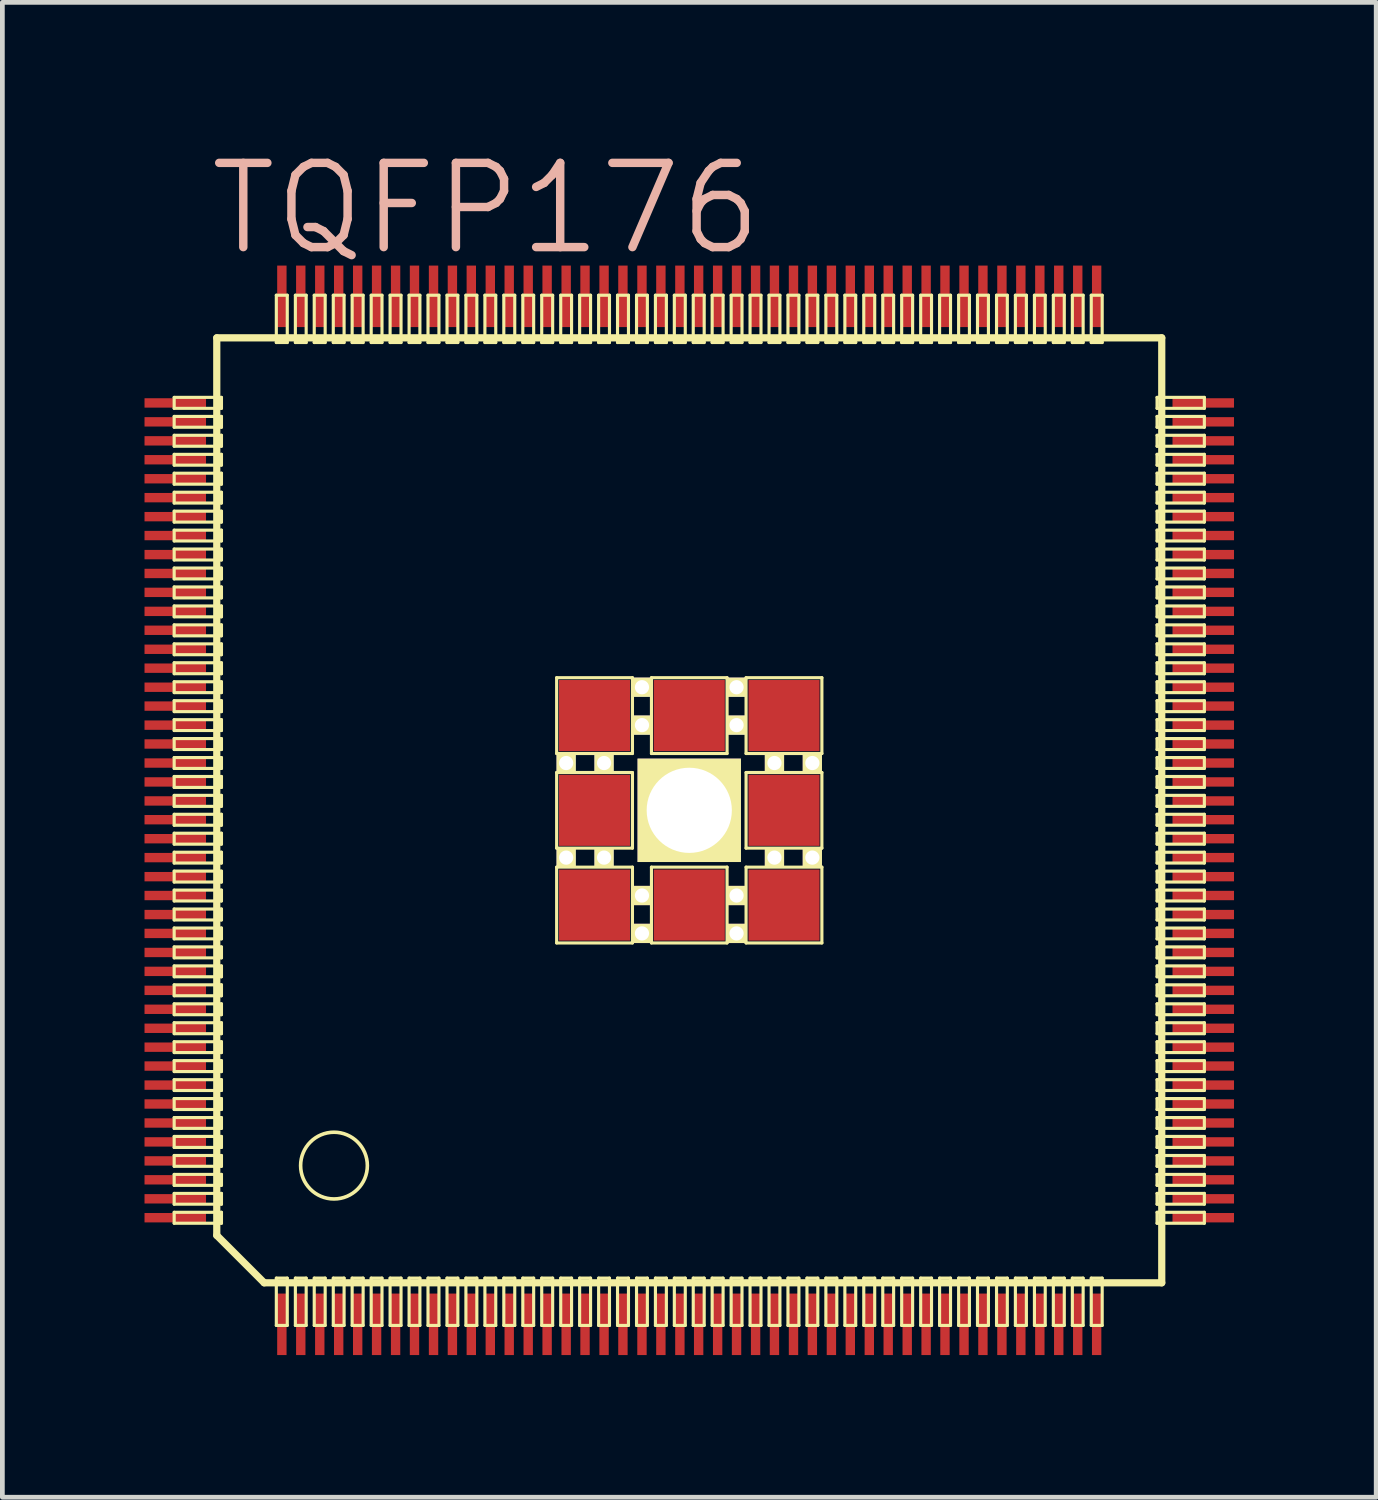
<source format=kicad_pcb>
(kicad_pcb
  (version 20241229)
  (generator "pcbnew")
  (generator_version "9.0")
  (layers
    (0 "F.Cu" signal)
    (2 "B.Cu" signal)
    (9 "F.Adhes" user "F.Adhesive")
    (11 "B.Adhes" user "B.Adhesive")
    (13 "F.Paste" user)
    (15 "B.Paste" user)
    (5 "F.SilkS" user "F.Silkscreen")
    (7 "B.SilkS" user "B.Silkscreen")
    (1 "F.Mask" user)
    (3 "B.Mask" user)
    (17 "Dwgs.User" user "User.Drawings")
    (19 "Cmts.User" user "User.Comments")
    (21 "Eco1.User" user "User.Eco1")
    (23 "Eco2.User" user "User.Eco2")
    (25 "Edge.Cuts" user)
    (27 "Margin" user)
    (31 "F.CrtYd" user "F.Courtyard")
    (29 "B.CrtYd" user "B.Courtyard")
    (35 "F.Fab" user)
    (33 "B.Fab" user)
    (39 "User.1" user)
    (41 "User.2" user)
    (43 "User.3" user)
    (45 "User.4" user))
  (footprint "TQFP176"
    (layer "F.Cu")
    (at 11.497 14.052)
    (property "Reference" "TQFP176" (at -4.29 -12.7 0) (layer "B.SilkS") (effects (font (size 1.778 1.778) (thickness 0.178))))
    (attr smd)
    (fp_line (start -10.871 -8.715) (end -9.873 -8.715) (stroke (width 0.066) (type solid)) (layer "F.SilkS"))
    (fp_line (start -10.871 -8.484) (end -10.871 -8.715) (stroke (width 0.066) (type solid)) (layer "F.SilkS"))
    (fp_line (start -10.871 -8.484) (end -9.873 -8.484) (stroke (width 0.066) (type solid)) (layer "F.SilkS"))
    (fp_line (start -10.871 -8.313) (end -9.873 -8.313) (stroke (width 0.066) (type solid)) (layer "F.SilkS"))
    (fp_line (start -10.871 -8.085) (end -10.871 -8.313) (stroke (width 0.066) (type solid)) (layer "F.SilkS"))
    (fp_line (start -10.871 -8.085) (end -9.873 -8.085) (stroke (width 0.066) (type solid)) (layer "F.SilkS"))
    (fp_line (start -10.871 -7.915) (end -9.873 -7.915) (stroke (width 0.066) (type solid)) (layer "F.SilkS"))
    (fp_line (start -10.871 -7.684) (end -10.871 -7.915) (stroke (width 0.066) (type solid)) (layer "F.SilkS"))
    (fp_line (start -10.871 -7.684) (end -9.873 -7.684) (stroke (width 0.066) (type solid)) (layer "F.SilkS"))
    (fp_line (start -10.871 -7.513) (end -9.873 -7.513) (stroke (width 0.066) (type solid)) (layer "F.SilkS"))
    (fp_line (start -10.871 -7.285) (end -10.871 -7.513) (stroke (width 0.066) (type solid)) (layer "F.SilkS"))
    (fp_line (start -10.871 -7.285) (end -9.873 -7.285) (stroke (width 0.066) (type solid)) (layer "F.SilkS"))
    (fp_line (start -10.871 -7.115) (end -9.873 -7.115) (stroke (width 0.066) (type solid)) (layer "F.SilkS"))
    (fp_line (start -10.871 -6.883) (end -10.871 -7.115) (stroke (width 0.066) (type solid)) (layer "F.SilkS"))
    (fp_line (start -10.871 -6.883) (end -9.873 -6.883) (stroke (width 0.066) (type solid)) (layer "F.SilkS"))
    (fp_line (start -10.871 -6.713) (end -9.873 -6.713) (stroke (width 0.066) (type solid)) (layer "F.SilkS"))
    (fp_line (start -10.871 -6.485) (end -10.871 -6.713) (stroke (width 0.066) (type solid)) (layer "F.SilkS"))
    (fp_line (start -10.871 -6.485) (end -9.873 -6.485) (stroke (width 0.066) (type solid)) (layer "F.SilkS"))
    (fp_line (start -10.871 -6.314) (end -9.873 -6.314) (stroke (width 0.066) (type solid)) (layer "F.SilkS"))
    (fp_line (start -10.871 -6.083) (end -10.871 -6.314) (stroke (width 0.066) (type solid)) (layer "F.SilkS"))
    (fp_line (start -10.871 -6.083) (end -9.873 -6.083) (stroke (width 0.066) (type solid)) (layer "F.SilkS"))
    (fp_line (start -10.871 -5.913) (end -9.873 -5.913) (stroke (width 0.066) (type solid)) (layer "F.SilkS"))
    (fp_line (start -10.871 -5.685) (end -10.871 -5.913) (stroke (width 0.066) (type solid)) (layer "F.SilkS"))
    (fp_line (start -10.871 -5.685) (end -9.873 -5.685) (stroke (width 0.066) (type solid)) (layer "F.SilkS"))
    (fp_line (start -10.871 -5.514) (end -9.873 -5.514) (stroke (width 0.066) (type solid)) (layer "F.SilkS"))
    (fp_line (start -10.871 -5.283) (end -10.871 -5.514) (stroke (width 0.066) (type solid)) (layer "F.SilkS"))
    (fp_line (start -10.871 -5.283) (end -9.873 -5.283) (stroke (width 0.066) (type solid)) (layer "F.SilkS"))
    (fp_line (start -10.871 -5.113) (end -9.873 -5.113) (stroke (width 0.066) (type solid)) (layer "F.SilkS"))
    (fp_line (start -10.871 -4.884) (end -10.871 -5.113) (stroke (width 0.066) (type solid)) (layer "F.SilkS"))
    (fp_line (start -10.871 -4.884) (end -9.873 -4.884) (stroke (width 0.066) (type solid)) (layer "F.SilkS"))
    (fp_line (start -10.871 -4.714) (end -9.873 -4.714) (stroke (width 0.066) (type solid)) (layer "F.SilkS"))
    (fp_line (start -10.871 -4.483) (end -10.871 -4.714) (stroke (width 0.066) (type solid)) (layer "F.SilkS"))
    (fp_line (start -10.871 -4.483) (end -9.873 -4.483) (stroke (width 0.066) (type solid)) (layer "F.SilkS"))
    (fp_line (start -10.871 -4.313) (end -9.873 -4.313) (stroke (width 0.066) (type solid)) (layer "F.SilkS"))
    (fp_line (start -10.871 -4.084) (end -10.871 -4.313) (stroke (width 0.066) (type solid)) (layer "F.SilkS"))
    (fp_line (start -10.871 -4.084) (end -9.873 -4.084) (stroke (width 0.066) (type solid)) (layer "F.SilkS"))
    (fp_line (start -10.871 -3.914) (end -9.873 -3.914) (stroke (width 0.066) (type solid)) (layer "F.SilkS"))
    (fp_line (start -10.871 -3.683) (end -10.871 -3.914) (stroke (width 0.066) (type solid)) (layer "F.SilkS"))
    (fp_line (start -10.871 -3.683) (end -9.873 -3.683) (stroke (width 0.066) (type solid)) (layer "F.SilkS"))
    (fp_line (start -10.871 -3.513) (end -9.873 -3.513) (stroke (width 0.066) (type solid)) (layer "F.SilkS"))
    (fp_line (start -10.871 -3.284) (end -10.871 -3.513) (stroke (width 0.066) (type solid)) (layer "F.SilkS"))
    (fp_line (start -10.871 -3.284) (end -9.873 -3.284) (stroke (width 0.066) (type solid)) (layer "F.SilkS"))
    (fp_line (start -10.871 -3.114) (end -9.873 -3.114) (stroke (width 0.066) (type solid)) (layer "F.SilkS"))
    (fp_line (start -10.871 -2.883) (end -10.871 -3.114) (stroke (width 0.066) (type solid)) (layer "F.SilkS"))
    (fp_line (start -10.871 -2.883) (end -9.873 -2.883) (stroke (width 0.066) (type solid)) (layer "F.SilkS"))
    (fp_line (start -10.871 -2.713) (end -9.873 -2.713) (stroke (width 0.066) (type solid)) (layer "F.SilkS"))
    (fp_line (start -10.871 -2.484) (end -10.871 -2.713) (stroke (width 0.066) (type solid)) (layer "F.SilkS"))
    (fp_line (start -10.871 -2.484) (end -9.873 -2.484) (stroke (width 0.066) (type solid)) (layer "F.SilkS"))
    (fp_line (start -10.871 -2.314) (end -9.873 -2.314) (stroke (width 0.066) (type solid)) (layer "F.SilkS"))
    (fp_line (start -10.871 -2.083) (end -10.871 -2.314) (stroke (width 0.066) (type solid)) (layer "F.SilkS"))
    (fp_line (start -10.871 -2.083) (end -9.873 -2.083) (stroke (width 0.066) (type solid)) (layer "F.SilkS"))
    (fp_line (start -10.871 -1.913) (end -9.873 -1.913) (stroke (width 0.066) (type solid)) (layer "F.SilkS"))
    (fp_line (start -10.871 -1.684) (end -10.871 -1.913) (stroke (width 0.066) (type solid)) (layer "F.SilkS"))
    (fp_line (start -10.871 -1.684) (end -9.873 -1.684) (stroke (width 0.066) (type solid)) (layer "F.SilkS"))
    (fp_line (start -10.871 -1.514) (end -9.873 -1.514) (stroke (width 0.066) (type solid)) (layer "F.SilkS"))
    (fp_line (start -10.871 -1.283) (end -10.871 -1.514) (stroke (width 0.066) (type solid)) (layer "F.SilkS"))
    (fp_line (start -10.871 -1.283) (end -9.873 -1.283) (stroke (width 0.066) (type solid)) (layer "F.SilkS"))
    (fp_line (start -10.871 -1.113) (end -9.873 -1.113) (stroke (width 0.066) (type solid)) (layer "F.SilkS"))
    (fp_line (start -10.871 -0.884) (end -10.871 -1.113) (stroke (width 0.066) (type solid)) (layer "F.SilkS"))
    (fp_line (start -10.871 -0.884) (end -9.873 -0.884) (stroke (width 0.066) (type solid)) (layer "F.SilkS"))
    (fp_line (start -10.871 -0.714) (end -9.873 -0.714) (stroke (width 0.066) (type solid)) (layer "F.SilkS"))
    (fp_line (start -10.871 -0.483) (end -10.871 -0.714) (stroke (width 0.066) (type solid)) (layer "F.SilkS"))
    (fp_line (start -10.871 -0.483) (end -9.873 -0.483) (stroke (width 0.066) (type solid)) (layer "F.SilkS"))
    (fp_line (start -10.871 -0.315) (end -9.873 -0.315) (stroke (width 0.066) (type solid)) (layer "F.SilkS"))
    (fp_line (start -10.871 -0.084) (end -10.871 -0.315) (stroke (width 0.066) (type solid)) (layer "F.SilkS"))
    (fp_line (start -10.871 -0.084) (end -9.873 -0.084) (stroke (width 0.066) (type solid)) (layer "F.SilkS"))
    (fp_line (start -10.871 0.084) (end -9.873 0.084) (stroke (width 0.066) (type solid)) (layer "F.SilkS"))
    (fp_line (start -10.871 0.315) (end -10.871 0.084) (stroke (width 0.066) (type solid)) (layer "F.SilkS"))
    (fp_line (start -10.871 0.315) (end -9.873 0.315) (stroke (width 0.066) (type solid)) (layer "F.SilkS"))
    (fp_line (start -10.871 0.483) (end -9.873 0.483) (stroke (width 0.066) (type solid)) (layer "F.SilkS"))
    (fp_line (start -10.871 0.714) (end -10.871 0.483) (stroke (width 0.066) (type solid)) (layer "F.SilkS"))
    (fp_line (start -10.871 0.714) (end -9.873 0.714) (stroke (width 0.066) (type solid)) (layer "F.SilkS"))
    (fp_line (start -10.871 0.884) (end -9.873 0.884) (stroke (width 0.066) (type solid)) (layer "F.SilkS"))
    (fp_line (start -10.871 1.113) (end -10.871 0.884) (stroke (width 0.066) (type solid)) (layer "F.SilkS"))
    (fp_line (start -10.871 1.113) (end -9.873 1.113) (stroke (width 0.066) (type solid)) (layer "F.SilkS"))
    (fp_line (start -10.871 1.283) (end -9.873 1.283) (stroke (width 0.066) (type solid)) (layer "F.SilkS"))
    (fp_line (start -10.871 1.514) (end -10.871 1.283) (stroke (width 0.066) (type solid)) (layer "F.SilkS"))
    (fp_line (start -10.871 1.514) (end -9.873 1.514) (stroke (width 0.066) (type solid)) (layer "F.SilkS"))
    (fp_line (start -10.871 1.684) (end -9.873 1.684) (stroke (width 0.066) (type solid)) (layer "F.SilkS"))
    (fp_line (start -10.871 1.913) (end -10.871 1.684) (stroke (width 0.066) (type solid)) (layer "F.SilkS"))
    (fp_line (start -10.871 1.913) (end -9.873 1.913) (stroke (width 0.066) (type solid)) (layer "F.SilkS"))
    (fp_line (start -10.871 2.083) (end -9.873 2.083) (stroke (width 0.066) (type solid)) (layer "F.SilkS"))
    (fp_line (start -10.871 2.314) (end -10.871 2.083) (stroke (width 0.066) (type solid)) (layer "F.SilkS"))
    (fp_line (start -10.871 2.314) (end -9.873 2.314) (stroke (width 0.066) (type solid)) (layer "F.SilkS"))
    (fp_line (start -10.871 2.484) (end -9.873 2.484) (stroke (width 0.066) (type solid)) (layer "F.SilkS"))
    (fp_line (start -10.871 2.713) (end -10.871 2.484) (stroke (width 0.066) (type solid)) (layer "F.SilkS"))
    (fp_line (start -10.871 2.713) (end -9.873 2.713) (stroke (width 0.066) (type solid)) (layer "F.SilkS"))
    (fp_line (start -10.871 2.883) (end -9.873 2.883) (stroke (width 0.066) (type solid)) (layer "F.SilkS"))
    (fp_line (start -10.871 3.114) (end -10.871 2.883) (stroke (width 0.066) (type solid)) (layer "F.SilkS"))
    (fp_line (start -10.871 3.114) (end -9.873 3.114) (stroke (width 0.066) (type solid)) (layer "F.SilkS"))
    (fp_line (start -10.871 3.284) (end -9.873 3.284) (stroke (width 0.066) (type solid)) (layer "F.SilkS"))
    (fp_line (start -10.871 3.513) (end -10.871 3.284) (stroke (width 0.066) (type solid)) (layer "F.SilkS"))
    (fp_line (start -10.871 3.513) (end -9.873 3.513) (stroke (width 0.066) (type solid)) (layer "F.SilkS"))
    (fp_line (start -10.871 3.683) (end -9.873 3.683) (stroke (width 0.066) (type solid)) (layer "F.SilkS"))
    (fp_line (start -10.871 3.914) (end -10.871 3.683) (stroke (width 0.066) (type solid)) (layer "F.SilkS"))
    (fp_line (start -10.871 3.914) (end -9.873 3.914) (stroke (width 0.066) (type solid)) (layer "F.SilkS"))
    (fp_line (start -10.871 4.084) (end -9.873 4.084) (stroke (width 0.066) (type solid)) (layer "F.SilkS"))
    (fp_line (start -10.871 4.313) (end -10.871 4.084) (stroke (width 0.066) (type solid)) (layer "F.SilkS"))
    (fp_line (start -10.871 4.313) (end -9.873 4.313) (stroke (width 0.066) (type solid)) (layer "F.SilkS"))
    (fp_line (start -10.871 4.483) (end -9.873 4.483) (stroke (width 0.066) (type solid)) (layer "F.SilkS"))
    (fp_line (start -10.871 4.714) (end -10.871 4.483) (stroke (width 0.066) (type solid)) (layer "F.SilkS"))
    (fp_line (start -10.871 4.714) (end -9.873 4.714) (stroke (width 0.066) (type solid)) (layer "F.SilkS"))
    (fp_line (start -10.871 4.884) (end -9.873 4.884) (stroke (width 0.066) (type solid)) (layer "F.SilkS"))
    (fp_line (start -10.871 5.113) (end -10.871 4.884) (stroke (width 0.066) (type solid)) (layer "F.SilkS"))
    (fp_line (start -10.871 5.113) (end -9.873 5.113) (stroke (width 0.066) (type solid)) (layer "F.SilkS"))
    (fp_line (start -10.871 5.283) (end -9.873 5.283) (stroke (width 0.066) (type solid)) (layer "F.SilkS"))
    (fp_line (start -10.871 5.514) (end -10.871 5.283) (stroke (width 0.066) (type solid)) (layer "F.SilkS"))
    (fp_line (start -10.871 5.514) (end -9.873 5.514) (stroke (width 0.066) (type solid)) (layer "F.SilkS"))
    (fp_line (start -10.871 5.685) (end -9.873 5.685) (stroke (width 0.066) (type solid)) (layer "F.SilkS"))
    (fp_line (start -10.871 5.913) (end -10.871 5.685) (stroke (width 0.066) (type solid)) (layer "F.SilkS"))
    (fp_line (start -10.871 5.913) (end -9.873 5.913) (stroke (width 0.066) (type solid)) (layer "F.SilkS"))
    (fp_line (start -10.871 6.083) (end -9.873 6.083) (stroke (width 0.066) (type solid)) (layer "F.SilkS"))
    (fp_line (start -10.871 6.314) (end -10.871 6.083) (stroke (width 0.066) (type solid)) (layer "F.SilkS"))
    (fp_line (start -10.871 6.314) (end -9.873 6.314) (stroke (width 0.066) (type solid)) (layer "F.SilkS"))
    (fp_line (start -10.871 6.485) (end -9.873 6.485) (stroke (width 0.066) (type solid)) (layer "F.SilkS"))
    (fp_line (start -10.871 6.713) (end -10.871 6.485) (stroke (width 0.066) (type solid)) (layer "F.SilkS"))
    (fp_line (start -10.871 6.713) (end -9.873 6.713) (stroke (width 0.066) (type solid)) (layer "F.SilkS"))
    (fp_line (start -10.871 6.883) (end -9.873 6.883) (stroke (width 0.066) (type solid)) (layer "F.SilkS"))
    (fp_line (start -10.871 7.115) (end -10.871 6.883) (stroke (width 0.066) (type solid)) (layer "F.SilkS"))
    (fp_line (start -10.871 7.115) (end -9.873 7.115) (stroke (width 0.066) (type solid)) (layer "F.SilkS"))
    (fp_line (start -10.871 7.285) (end -9.873 7.285) (stroke (width 0.066) (type solid)) (layer "F.SilkS"))
    (fp_line (start -10.871 7.513) (end -10.871 7.285) (stroke (width 0.066) (type solid)) (layer "F.SilkS"))
    (fp_line (start -10.871 7.513) (end -9.873 7.513) (stroke (width 0.066) (type solid)) (layer "F.SilkS"))
    (fp_line (start -10.871 7.684) (end -9.873 7.684) (stroke (width 0.066) (type solid)) (layer "F.SilkS"))
    (fp_line (start -10.871 7.915) (end -10.871 7.684) (stroke (width 0.066) (type solid)) (layer "F.SilkS"))
    (fp_line (start -10.871 7.915) (end -9.873 7.915) (stroke (width 0.066) (type solid)) (layer "F.SilkS"))
    (fp_line (start -10.871 8.085) (end -9.873 8.085) (stroke (width 0.066) (type solid)) (layer "F.SilkS"))
    (fp_line (start -10.871 8.313) (end -10.871 8.085) (stroke (width 0.066) (type solid)) (layer "F.SilkS"))
    (fp_line (start -10.871 8.313) (end -9.873 8.313) (stroke (width 0.066) (type solid)) (layer "F.SilkS"))
    (fp_line (start -10.871 8.484) (end -9.873 8.484) (stroke (width 0.066) (type solid)) (layer "F.SilkS"))
    (fp_line (start -10.871 8.715) (end -10.871 8.484) (stroke (width 0.066) (type solid)) (layer "F.SilkS"))
    (fp_line (start -10.871 8.715) (end -9.873 8.715) (stroke (width 0.066) (type solid)) (layer "F.SilkS"))
    (fp_line (start -9.972 -9.972) (end 9.972 -9.972) (stroke (width 0.152) (type solid)) (layer "F.SilkS"))
    (fp_line (start -9.972 8.971) (end -9.972 -9.972) (stroke (width 0.152) (type solid)) (layer "F.SilkS"))
    (fp_line (start -9.873 -8.484) (end -9.873 -8.715) (stroke (width 0.066) (type solid)) (layer "F.SilkS"))
    (fp_line (start -9.873 -8.085) (end -9.873 -8.313) (stroke (width 0.066) (type solid)) (layer "F.SilkS"))
    (fp_line (start -9.873 -7.684) (end -9.873 -7.915) (stroke (width 0.066) (type solid)) (layer "F.SilkS"))
    (fp_line (start -9.873 -7.285) (end -9.873 -7.513) (stroke (width 0.066) (type solid)) (layer "F.SilkS"))
    (fp_line (start -9.873 -6.883) (end -9.873 -7.115) (stroke (width 0.066) (type solid)) (layer "F.SilkS"))
    (fp_line (start -9.873 -6.485) (end -9.873 -6.713) (stroke (width 0.066) (type solid)) (layer "F.SilkS"))
    (fp_line (start -9.873 -6.083) (end -9.873 -6.314) (stroke (width 0.066) (type solid)) (layer "F.SilkS"))
    (fp_line (start -9.873 -5.685) (end -9.873 -5.913) (stroke (width 0.066) (type solid)) (layer "F.SilkS"))
    (fp_line (start -9.873 -5.283) (end -9.873 -5.514) (stroke (width 0.066) (type solid)) (layer "F.SilkS"))
    (fp_line (start -9.873 -4.884) (end -9.873 -5.113) (stroke (width 0.066) (type solid)) (layer "F.SilkS"))
    (fp_line (start -9.873 -4.483) (end -9.873 -4.714) (stroke (width 0.066) (type solid)) (layer "F.SilkS"))
    (fp_line (start -9.873 -4.084) (end -9.873 -4.313) (stroke (width 0.066) (type solid)) (layer "F.SilkS"))
    (fp_line (start -9.873 -3.683) (end -9.873 -3.914) (stroke (width 0.066) (type solid)) (layer "F.SilkS"))
    (fp_line (start -9.873 -3.284) (end -9.873 -3.513) (stroke (width 0.066) (type solid)) (layer "F.SilkS"))
    (fp_line (start -9.873 -2.883) (end -9.873 -3.114) (stroke (width 0.066) (type solid)) (layer "F.SilkS"))
    (fp_line (start -9.873 -2.484) (end -9.873 -2.713) (stroke (width 0.066) (type solid)) (layer "F.SilkS"))
    (fp_line (start -9.873 -2.083) (end -9.873 -2.314) (stroke (width 0.066) (type solid)) (layer "F.SilkS"))
    (fp_line (start -9.873 -1.684) (end -9.873 -1.913) (stroke (width 0.066) (type solid)) (layer "F.SilkS"))
    (fp_line (start -9.873 -1.283) (end -9.873 -1.514) (stroke (width 0.066) (type solid)) (layer "F.SilkS"))
    (fp_line (start -9.873 -0.884) (end -9.873 -1.113) (stroke (width 0.066) (type solid)) (layer "F.SilkS"))
    (fp_line (start -9.873 -0.483) (end -9.873 -0.714) (stroke (width 0.066) (type solid)) (layer "F.SilkS"))
    (fp_line (start -9.873 -0.084) (end -9.873 -0.315) (stroke (width 0.066) (type solid)) (layer "F.SilkS"))
    (fp_line (start -9.873 0.315) (end -9.873 0.084) (stroke (width 0.066) (type solid)) (layer "F.SilkS"))
    (fp_line (start -9.873 0.714) (end -9.873 0.483) (stroke (width 0.066) (type solid)) (layer "F.SilkS"))
    (fp_line (start -9.873 1.113) (end -9.873 0.884) (stroke (width 0.066) (type solid)) (layer "F.SilkS"))
    (fp_line (start -9.873 1.514) (end -9.873 1.283) (stroke (width 0.066) (type solid)) (layer "F.SilkS"))
    (fp_line (start -9.873 1.913) (end -9.873 1.684) (stroke (width 0.066) (type solid)) (layer "F.SilkS"))
    (fp_line (start -9.873 2.314) (end -9.873 2.083) (stroke (width 0.066) (type solid)) (layer "F.SilkS"))
    (fp_line (start -9.873 2.713) (end -9.873 2.484) (stroke (width 0.066) (type solid)) (layer "F.SilkS"))
    (fp_line (start -9.873 3.114) (end -9.873 2.883) (stroke (width 0.066) (type solid)) (layer "F.SilkS"))
    (fp_line (start -9.873 3.513) (end -9.873 3.284) (stroke (width 0.066) (type solid)) (layer "F.SilkS"))
    (fp_line (start -9.873 3.914) (end -9.873 3.683) (stroke (width 0.066) (type solid)) (layer "F.SilkS"))
    (fp_line (start -9.873 4.313) (end -9.873 4.084) (stroke (width 0.066) (type solid)) (layer "F.SilkS"))
    (fp_line (start -9.873 4.714) (end -9.873 4.483) (stroke (width 0.066) (type solid)) (layer "F.SilkS"))
    (fp_line (start -9.873 5.113) (end -9.873 4.884) (stroke (width 0.066) (type solid)) (layer "F.SilkS"))
    (fp_line (start -9.873 5.514) (end -9.873 5.283) (stroke (width 0.066) (type solid)) (layer "F.SilkS"))
    (fp_line (start -9.873 5.913) (end -9.873 5.685) (stroke (width 0.066) (type solid)) (layer "F.SilkS"))
    (fp_line (start -9.873 6.314) (end -9.873 6.083) (stroke (width 0.066) (type solid)) (layer "F.SilkS"))
    (fp_line (start -9.873 6.713) (end -9.873 6.485) (stroke (width 0.066) (type solid)) (layer "F.SilkS"))
    (fp_line (start -9.873 7.115) (end -9.873 6.883) (stroke (width 0.066) (type solid)) (layer "F.SilkS"))
    (fp_line (start -9.873 7.513) (end -9.873 7.285) (stroke (width 0.066) (type solid)) (layer "F.SilkS"))
    (fp_line (start -9.873 7.915) (end -9.873 7.684) (stroke (width 0.066) (type solid)) (layer "F.SilkS"))
    (fp_line (start -9.873 8.313) (end -9.873 8.085) (stroke (width 0.066) (type solid)) (layer "F.SilkS"))
    (fp_line (start -9.873 8.715) (end -9.873 8.484) (stroke (width 0.066) (type solid)) (layer "F.SilkS"))
    (fp_line (start -8.971 9.972) (end -9.972 8.971) (stroke (width 0.152) (type solid)) (layer "F.SilkS"))
    (fp_line (start -8.715 -10.871) (end -8.484 -10.871) (stroke (width 0.066) (type solid)) (layer "F.SilkS"))
    (fp_line (start -8.715 -9.873) (end -8.715 -10.871) (stroke (width 0.066) (type solid)) (layer "F.SilkS"))
    (fp_line (start -8.715 -9.873) (end -8.484 -9.873) (stroke (width 0.066) (type solid)) (layer "F.SilkS"))
    (fp_line (start -8.715 9.873) (end -8.484 9.873) (stroke (width 0.066) (type solid)) (layer "F.SilkS"))
    (fp_line (start -8.715 10.871) (end -8.715 9.873) (stroke (width 0.066) (type solid)) (layer "F.SilkS"))
    (fp_line (start -8.715 10.871) (end -8.484 10.871) (stroke (width 0.066) (type solid)) (layer "F.SilkS"))
    (fp_line (start -8.484 -9.873) (end -8.484 -10.871) (stroke (width 0.066) (type solid)) (layer "F.SilkS"))
    (fp_line (start -8.484 10.871) (end -8.484 9.873) (stroke (width 0.066) (type solid)) (layer "F.SilkS"))
    (fp_line (start -8.313 -10.871) (end -8.085 -10.871) (stroke (width 0.066) (type solid)) (layer "F.SilkS"))
    (fp_line (start -8.313 -9.873) (end -8.313 -10.871) (stroke (width 0.066) (type solid)) (layer "F.SilkS"))
    (fp_line (start -8.313 -9.873) (end -8.085 -9.873) (stroke (width 0.066) (type solid)) (layer "F.SilkS"))
    (fp_line (start -8.313 9.873) (end -8.085 9.873) (stroke (width 0.066) (type solid)) (layer "F.SilkS"))
    (fp_line (start -8.313 10.871) (end -8.313 9.873) (stroke (width 0.066) (type solid)) (layer "F.SilkS"))
    (fp_line (start -8.313 10.871) (end -8.085 10.871) (stroke (width 0.066) (type solid)) (layer "F.SilkS"))
    (fp_line (start -8.085 -9.873) (end -8.085 -10.871) (stroke (width 0.066) (type solid)) (layer "F.SilkS"))
    (fp_line (start -8.085 10.871) (end -8.085 9.873) (stroke (width 0.066) (type solid)) (layer "F.SilkS"))
    (fp_line (start -7.915 -10.871) (end -7.684 -10.871) (stroke (width 0.066) (type solid)) (layer "F.SilkS"))
    (fp_line (start -7.915 -9.873) (end -7.915 -10.871) (stroke (width 0.066) (type solid)) (layer "F.SilkS"))
    (fp_line (start -7.915 -9.873) (end -7.684 -9.873) (stroke (width 0.066) (type solid)) (layer "F.SilkS"))
    (fp_line (start -7.915 9.873) (end -7.684 9.873) (stroke (width 0.066) (type solid)) (layer "F.SilkS"))
    (fp_line (start -7.915 10.871) (end -7.915 9.873) (stroke (width 0.066) (type solid)) (layer "F.SilkS"))
    (fp_line (start -7.915 10.871) (end -7.684 10.871) (stroke (width 0.066) (type solid)) (layer "F.SilkS"))
    (fp_line (start -7.684 -9.873) (end -7.684 -10.871) (stroke (width 0.066) (type solid)) (layer "F.SilkS"))
    (fp_line (start -7.684 10.871) (end -7.684 9.873) (stroke (width 0.066) (type solid)) (layer "F.SilkS"))
    (fp_line (start -7.513 -10.871) (end -7.285 -10.871) (stroke (width 0.066) (type solid)) (layer "F.SilkS"))
    (fp_line (start -7.513 -9.873) (end -7.513 -10.871) (stroke (width 0.066) (type solid)) (layer "F.SilkS"))
    (fp_line (start -7.513 -9.873) (end -7.285 -9.873) (stroke (width 0.066) (type solid)) (layer "F.SilkS"))
    (fp_line (start -7.513 9.873) (end -7.285 9.873) (stroke (width 0.066) (type solid)) (layer "F.SilkS"))
    (fp_line (start -7.513 10.871) (end -7.513 9.873) (stroke (width 0.066) (type solid)) (layer "F.SilkS"))
    (fp_line (start -7.513 10.871) (end -7.285 10.871) (stroke (width 0.066) (type solid)) (layer "F.SilkS"))
    (fp_line (start -7.285 -9.873) (end -7.285 -10.871) (stroke (width 0.066) (type solid)) (layer "F.SilkS"))
    (fp_line (start -7.285 10.871) (end -7.285 9.873) (stroke (width 0.066) (type solid)) (layer "F.SilkS"))
    (fp_line (start -7.115 -10.871) (end -6.883 -10.871) (stroke (width 0.066) (type solid)) (layer "F.SilkS"))
    (fp_line (start -7.115 -9.873) (end -7.115 -10.871) (stroke (width 0.066) (type solid)) (layer "F.SilkS"))
    (fp_line (start -7.115 -9.873) (end -6.883 -9.873) (stroke (width 0.066) (type solid)) (layer "F.SilkS"))
    (fp_line (start -7.115 9.873) (end -6.883 9.873) (stroke (width 0.066) (type solid)) (layer "F.SilkS"))
    (fp_line (start -7.115 10.871) (end -7.115 9.873) (stroke (width 0.066) (type solid)) (layer "F.SilkS"))
    (fp_line (start -7.115 10.871) (end -6.883 10.871) (stroke (width 0.066) (type solid)) (layer "F.SilkS"))
    (fp_line (start -6.883 -9.873) (end -6.883 -10.871) (stroke (width 0.066) (type solid)) (layer "F.SilkS"))
    (fp_line (start -6.883 10.871) (end -6.883 9.873) (stroke (width 0.066) (type solid)) (layer "F.SilkS"))
    (fp_line (start -6.713 -10.871) (end -6.485 -10.871) (stroke (width 0.066) (type solid)) (layer "F.SilkS"))
    (fp_line (start -6.713 -9.873) (end -6.713 -10.871) (stroke (width 0.066) (type solid)) (layer "F.SilkS"))
    (fp_line (start -6.713 -9.873) (end -6.485 -9.873) (stroke (width 0.066) (type solid)) (layer "F.SilkS"))
    (fp_line (start -6.713 9.873) (end -6.485 9.873) (stroke (width 0.066) (type solid)) (layer "F.SilkS"))
    (fp_line (start -6.713 10.871) (end -6.713 9.873) (stroke (width 0.066) (type solid)) (layer "F.SilkS"))
    (fp_line (start -6.713 10.871) (end -6.485 10.871) (stroke (width 0.066) (type solid)) (layer "F.SilkS"))
    (fp_line (start -6.485 -9.873) (end -6.485 -10.871) (stroke (width 0.066) (type solid)) (layer "F.SilkS"))
    (fp_line (start -6.485 10.871) (end -6.485 9.873) (stroke (width 0.066) (type solid)) (layer "F.SilkS"))
    (fp_line (start -6.314 -10.871) (end -6.083 -10.871) (stroke (width 0.066) (type solid)) (layer "F.SilkS"))
    (fp_line (start -6.314 -9.873) (end -6.314 -10.871) (stroke (width 0.066) (type solid)) (layer "F.SilkS"))
    (fp_line (start -6.314 -9.873) (end -6.083 -9.873) (stroke (width 0.066) (type solid)) (layer "F.SilkS"))
    (fp_line (start -6.314 9.873) (end -6.083 9.873) (stroke (width 0.066) (type solid)) (layer "F.SilkS"))
    (fp_line (start -6.314 10.871) (end -6.314 9.873) (stroke (width 0.066) (type solid)) (layer "F.SilkS"))
    (fp_line (start -6.314 10.871) (end -6.083 10.871) (stroke (width 0.066) (type solid)) (layer "F.SilkS"))
    (fp_line (start -6.083 -9.873) (end -6.083 -10.871) (stroke (width 0.066) (type solid)) (layer "F.SilkS"))
    (fp_line (start -6.083 10.871) (end -6.083 9.873) (stroke (width 0.066) (type solid)) (layer "F.SilkS"))
    (fp_line (start -5.913 -10.871) (end -5.685 -10.871) (stroke (width 0.066) (type solid)) (layer "F.SilkS"))
    (fp_line (start -5.913 -9.873) (end -5.913 -10.871) (stroke (width 0.066) (type solid)) (layer "F.SilkS"))
    (fp_line (start -5.913 -9.873) (end -5.685 -9.873) (stroke (width 0.066) (type solid)) (layer "F.SilkS"))
    (fp_line (start -5.913 9.873) (end -5.685 9.873) (stroke (width 0.066) (type solid)) (layer "F.SilkS"))
    (fp_line (start -5.913 10.871) (end -5.913 9.873) (stroke (width 0.066) (type solid)) (layer "F.SilkS"))
    (fp_line (start -5.913 10.871) (end -5.685 10.871) (stroke (width 0.066) (type solid)) (layer "F.SilkS"))
    (fp_line (start -5.685 -9.873) (end -5.685 -10.871) (stroke (width 0.066) (type solid)) (layer "F.SilkS"))
    (fp_line (start -5.685 10.871) (end -5.685 9.873) (stroke (width 0.066) (type solid)) (layer "F.SilkS"))
    (fp_line (start -5.514 -10.871) (end -5.283 -10.871) (stroke (width 0.066) (type solid)) (layer "F.SilkS"))
    (fp_line (start -5.514 -9.873) (end -5.514 -10.871) (stroke (width 0.066) (type solid)) (layer "F.SilkS"))
    (fp_line (start -5.514 -9.873) (end -5.283 -9.873) (stroke (width 0.066) (type solid)) (layer "F.SilkS"))
    (fp_line (start -5.514 9.873) (end -5.283 9.873) (stroke (width 0.066) (type solid)) (layer "F.SilkS"))
    (fp_line (start -5.514 10.871) (end -5.514 9.873) (stroke (width 0.066) (type solid)) (layer "F.SilkS"))
    (fp_line (start -5.514 10.871) (end -5.283 10.871) (stroke (width 0.066) (type solid)) (layer "F.SilkS"))
    (fp_line (start -5.283 -9.873) (end -5.283 -10.871) (stroke (width 0.066) (type solid)) (layer "F.SilkS"))
    (fp_line (start -5.283 10.871) (end -5.283 9.873) (stroke (width 0.066) (type solid)) (layer "F.SilkS"))
    (fp_line (start -5.113 -10.871) (end -4.884 -10.871) (stroke (width 0.066) (type solid)) (layer "F.SilkS"))
    (fp_line (start -5.113 -9.873) (end -5.113 -10.871) (stroke (width 0.066) (type solid)) (layer "F.SilkS"))
    (fp_line (start -5.113 -9.873) (end -4.884 -9.873) (stroke (width 0.066) (type solid)) (layer "F.SilkS"))
    (fp_line (start -5.113 9.873) (end -4.884 9.873) (stroke (width 0.066) (type solid)) (layer "F.SilkS"))
    (fp_line (start -5.113 10.871) (end -5.113 9.873) (stroke (width 0.066) (type solid)) (layer "F.SilkS"))
    (fp_line (start -5.113 10.871) (end -4.884 10.871) (stroke (width 0.066) (type solid)) (layer "F.SilkS"))
    (fp_line (start -4.884 -9.873) (end -4.884 -10.871) (stroke (width 0.066) (type solid)) (layer "F.SilkS"))
    (fp_line (start -4.884 10.871) (end -4.884 9.873) (stroke (width 0.066) (type solid)) (layer "F.SilkS"))
    (fp_line (start -4.714 -10.871) (end -4.483 -10.871) (stroke (width 0.066) (type solid)) (layer "F.SilkS"))
    (fp_line (start -4.714 -9.873) (end -4.714 -10.871) (stroke (width 0.066) (type solid)) (layer "F.SilkS"))
    (fp_line (start -4.714 -9.873) (end -4.483 -9.873) (stroke (width 0.066) (type solid)) (layer "F.SilkS"))
    (fp_line (start -4.714 9.873) (end -4.483 9.873) (stroke (width 0.066) (type solid)) (layer "F.SilkS"))
    (fp_line (start -4.714 10.871) (end -4.714 9.873) (stroke (width 0.066) (type solid)) (layer "F.SilkS"))
    (fp_line (start -4.714 10.871) (end -4.483 10.871) (stroke (width 0.066) (type solid)) (layer "F.SilkS"))
    (fp_line (start -4.483 -9.873) (end -4.483 -10.871) (stroke (width 0.066) (type solid)) (layer "F.SilkS"))
    (fp_line (start -4.483 10.871) (end -4.483 9.873) (stroke (width 0.066) (type solid)) (layer "F.SilkS"))
    (fp_line (start -4.313 -10.871) (end -4.084 -10.871) (stroke (width 0.066) (type solid)) (layer "F.SilkS"))
    (fp_line (start -4.313 -9.873) (end -4.313 -10.871) (stroke (width 0.066) (type solid)) (layer "F.SilkS"))
    (fp_line (start -4.313 -9.873) (end -4.084 -9.873) (stroke (width 0.066) (type solid)) (layer "F.SilkS"))
    (fp_line (start -4.313 9.873) (end -4.084 9.873) (stroke (width 0.066) (type solid)) (layer "F.SilkS"))
    (fp_line (start -4.313 10.871) (end -4.313 9.873) (stroke (width 0.066) (type solid)) (layer "F.SilkS"))
    (fp_line (start -4.313 10.871) (end -4.084 10.871) (stroke (width 0.066) (type solid)) (layer "F.SilkS"))
    (fp_line (start -4.084 -9.873) (end -4.084 -10.871) (stroke (width 0.066) (type solid)) (layer "F.SilkS"))
    (fp_line (start -4.084 10.871) (end -4.084 9.873) (stroke (width 0.066) (type solid)) (layer "F.SilkS"))
    (fp_line (start -3.914 -10.871) (end -3.683 -10.871) (stroke (width 0.066) (type solid)) (layer "F.SilkS"))
    (fp_line (start -3.914 -9.873) (end -3.914 -10.871) (stroke (width 0.066) (type solid)) (layer "F.SilkS"))
    (fp_line (start -3.914 -9.873) (end -3.683 -9.873) (stroke (width 0.066) (type solid)) (layer "F.SilkS"))
    (fp_line (start -3.914 9.873) (end -3.683 9.873) (stroke (width 0.066) (type solid)) (layer "F.SilkS"))
    (fp_line (start -3.914 10.871) (end -3.914 9.873) (stroke (width 0.066) (type solid)) (layer "F.SilkS"))
    (fp_line (start -3.914 10.871) (end -3.683 10.871) (stroke (width 0.066) (type solid)) (layer "F.SilkS"))
    (fp_line (start -3.683 -9.873) (end -3.683 -10.871) (stroke (width 0.066) (type solid)) (layer "F.SilkS"))
    (fp_line (start -3.683 10.871) (end -3.683 9.873) (stroke (width 0.066) (type solid)) (layer "F.SilkS"))
    (fp_line (start -3.513 -10.871) (end -3.284 -10.871) (stroke (width 0.066) (type solid)) (layer "F.SilkS"))
    (fp_line (start -3.513 -9.873) (end -3.513 -10.871) (stroke (width 0.066) (type solid)) (layer "F.SilkS"))
    (fp_line (start -3.513 -9.873) (end -3.284 -9.873) (stroke (width 0.066) (type solid)) (layer "F.SilkS"))
    (fp_line (start -3.513 9.873) (end -3.284 9.873) (stroke (width 0.066) (type solid)) (layer "F.SilkS"))
    (fp_line (start -3.513 10.871) (end -3.513 9.873) (stroke (width 0.066) (type solid)) (layer "F.SilkS"))
    (fp_line (start -3.513 10.871) (end -3.284 10.871) (stroke (width 0.066) (type solid)) (layer "F.SilkS"))
    (fp_line (start -3.284 -9.873) (end -3.284 -10.871) (stroke (width 0.066) (type solid)) (layer "F.SilkS"))
    (fp_line (start -3.284 10.871) (end -3.284 9.873) (stroke (width 0.066) (type solid)) (layer "F.SilkS"))
    (fp_line (start -3.114 -10.871) (end -2.883 -10.871) (stroke (width 0.066) (type solid)) (layer "F.SilkS"))
    (fp_line (start -3.114 -9.873) (end -3.114 -10.871) (stroke (width 0.066) (type solid)) (layer "F.SilkS"))
    (fp_line (start -3.114 -9.873) (end -2.883 -9.873) (stroke (width 0.066) (type solid)) (layer "F.SilkS"))
    (fp_line (start -3.114 9.873) (end -2.883 9.873) (stroke (width 0.066) (type solid)) (layer "F.SilkS"))
    (fp_line (start -3.114 10.871) (end -3.114 9.873) (stroke (width 0.066) (type solid)) (layer "F.SilkS"))
    (fp_line (start -3.114 10.871) (end -2.883 10.871) (stroke (width 0.066) (type solid)) (layer "F.SilkS"))
    (fp_line (start -2.883 -9.873) (end -2.883 -10.871) (stroke (width 0.066) (type solid)) (layer "F.SilkS"))
    (fp_line (start -2.883 10.871) (end -2.883 9.873) (stroke (width 0.066) (type solid)) (layer "F.SilkS"))
    (fp_line (start -2.799 -2.799) (end -1.199 -2.799) (stroke (width 0.066) (type solid)) (layer "F.SilkS"))
    (fp_line (start -2.799 -1.199) (end -2.799 -2.799) (stroke (width 0.066) (type solid)) (layer "F.SilkS"))
    (fp_line (start -2.799 -1.199) (end -1.199 -1.199) (stroke (width 0.066) (type solid)) (layer "F.SilkS"))
    (fp_line (start -2.799 -0.798) (end -1.199 -0.798) (stroke (width 0.066) (type solid)) (layer "F.SilkS"))
    (fp_line (start -2.799 0.798) (end -2.799 -0.798) (stroke (width 0.066) (type solid)) (layer "F.SilkS"))
    (fp_line (start -2.799 0.798) (end -1.199 0.798) (stroke (width 0.066) (type solid)) (layer "F.SilkS"))
    (fp_line (start -2.799 1.199) (end -1.199 1.199) (stroke (width 0.066) (type solid)) (layer "F.SilkS"))
    (fp_line (start -2.799 2.799) (end -2.799 1.199) (stroke (width 0.066) (type solid)) (layer "F.SilkS"))
    (fp_line (start -2.799 2.799) (end -1.199 2.799) (stroke (width 0.066) (type solid)) (layer "F.SilkS"))
    (fp_line (start -2.713 -10.871) (end -2.484 -10.871) (stroke (width 0.066) (type solid)) (layer "F.SilkS"))
    (fp_line (start -2.713 -9.873) (end -2.713 -10.871) (stroke (width 0.066) (type solid)) (layer "F.SilkS"))
    (fp_line (start -2.713 -9.873) (end -2.484 -9.873) (stroke (width 0.066) (type solid)) (layer "F.SilkS"))
    (fp_line (start -2.713 9.873) (end -2.484 9.873) (stroke (width 0.066) (type solid)) (layer "F.SilkS"))
    (fp_line (start -2.713 10.871) (end -2.713 9.873) (stroke (width 0.066) (type solid)) (layer "F.SilkS"))
    (fp_line (start -2.713 10.871) (end -2.484 10.871) (stroke (width 0.066) (type solid)) (layer "F.SilkS"))
    (fp_line (start -2.484 -9.873) (end -2.484 -10.871) (stroke (width 0.066) (type solid)) (layer "F.SilkS"))
    (fp_line (start -2.484 10.871) (end -2.484 9.873) (stroke (width 0.066) (type solid)) (layer "F.SilkS"))
    (fp_line (start -2.314 -10.871) (end -2.083 -10.871) (stroke (width 0.066) (type solid)) (layer "F.SilkS"))
    (fp_line (start -2.314 -9.873) (end -2.314 -10.871) (stroke (width 0.066) (type solid)) (layer "F.SilkS"))
    (fp_line (start -2.314 -9.873) (end -2.083 -9.873) (stroke (width 0.066) (type solid)) (layer "F.SilkS"))
    (fp_line (start -2.314 9.873) (end -2.083 9.873) (stroke (width 0.066) (type solid)) (layer "F.SilkS"))
    (fp_line (start -2.314 10.871) (end -2.314 9.873) (stroke (width 0.066) (type solid)) (layer "F.SilkS"))
    (fp_line (start -2.314 10.871) (end -2.083 10.871) (stroke (width 0.066) (type solid)) (layer "F.SilkS"))
    (fp_line (start -2.083 -9.873) (end -2.083 -10.871) (stroke (width 0.066) (type solid)) (layer "F.SilkS"))
    (fp_line (start -2.083 10.871) (end -2.083 9.873) (stroke (width 0.066) (type solid)) (layer "F.SilkS"))
    (fp_line (start -1.913 -10.871) (end -1.684 -10.871) (stroke (width 0.066) (type solid)) (layer "F.SilkS"))
    (fp_line (start -1.913 -9.873) (end -1.913 -10.871) (stroke (width 0.066) (type solid)) (layer "F.SilkS"))
    (fp_line (start -1.913 -9.873) (end -1.684 -9.873) (stroke (width 0.066) (type solid)) (layer "F.SilkS"))
    (fp_line (start -1.913 9.873) (end -1.684 9.873) (stroke (width 0.066) (type solid)) (layer "F.SilkS"))
    (fp_line (start -1.913 10.871) (end -1.913 9.873) (stroke (width 0.066) (type solid)) (layer "F.SilkS"))
    (fp_line (start -1.913 10.871) (end -1.684 10.871) (stroke (width 0.066) (type solid)) (layer "F.SilkS"))
    (fp_line (start -1.684 -9.873) (end -1.684 -10.871) (stroke (width 0.066) (type solid)) (layer "F.SilkS"))
    (fp_line (start -1.684 10.871) (end -1.684 9.873) (stroke (width 0.066) (type solid)) (layer "F.SilkS"))
    (fp_line (start -1.514 -10.871) (end -1.283 -10.871) (stroke (width 0.066) (type solid)) (layer "F.SilkS"))
    (fp_line (start -1.514 -9.873) (end -1.514 -10.871) (stroke (width 0.066) (type solid)) (layer "F.SilkS"))
    (fp_line (start -1.514 -9.873) (end -1.283 -9.873) (stroke (width 0.066) (type solid)) (layer "F.SilkS"))
    (fp_line (start -1.514 9.873) (end -1.283 9.873) (stroke (width 0.066) (type solid)) (layer "F.SilkS"))
    (fp_line (start -1.514 10.871) (end -1.514 9.873) (stroke (width 0.066) (type solid)) (layer "F.SilkS"))
    (fp_line (start -1.514 10.871) (end -1.283 10.871) (stroke (width 0.066) (type solid)) (layer "F.SilkS"))
    (fp_line (start -1.283 -9.873) (end -1.283 -10.871) (stroke (width 0.066) (type solid)) (layer "F.SilkS"))
    (fp_line (start -1.283 10.871) (end -1.283 9.873) (stroke (width 0.066) (type solid)) (layer "F.SilkS"))
    (fp_line (start -1.199 -1.199) (end -1.199 -2.799) (stroke (width 0.066) (type solid)) (layer "F.SilkS"))
    (fp_line (start -1.199 0.798) (end -1.199 -0.798) (stroke (width 0.066) (type solid)) (layer "F.SilkS"))
    (fp_line (start -1.199 2.799) (end -1.199 1.199) (stroke (width 0.066) (type solid)) (layer "F.SilkS"))
    (fp_line (start -1.113 -10.871) (end -0.884 -10.871) (stroke (width 0.066) (type solid)) (layer "F.SilkS"))
    (fp_line (start -1.113 -9.873) (end -1.113 -10.871) (stroke (width 0.066) (type solid)) (layer "F.SilkS"))
    (fp_line (start -1.113 -9.873) (end -0.884 -9.873) (stroke (width 0.066) (type solid)) (layer "F.SilkS"))
    (fp_line (start -1.113 9.873) (end -0.884 9.873) (stroke (width 0.066) (type solid)) (layer "F.SilkS"))
    (fp_line (start -1.113 10.871) (end -1.113 9.873) (stroke (width 0.066) (type solid)) (layer "F.SilkS"))
    (fp_line (start -1.113 10.871) (end -0.884 10.871) (stroke (width 0.066) (type solid)) (layer "F.SilkS"))
    (fp_line (start -0.884 -9.873) (end -0.884 -10.871) (stroke (width 0.066) (type solid)) (layer "F.SilkS"))
    (fp_line (start -0.884 10.871) (end -0.884 9.873) (stroke (width 0.066) (type solid)) (layer "F.SilkS"))
    (fp_line (start -0.798 -2.799) (end 0.798 -2.799) (stroke (width 0.066) (type solid)) (layer "F.SilkS"))
    (fp_line (start -0.798 -1.199) (end -0.798 -2.799) (stroke (width 0.066) (type solid)) (layer "F.SilkS"))
    (fp_line (start -0.798 -1.199) (end 0.798 -1.199) (stroke (width 0.066) (type solid)) (layer "F.SilkS"))
    (fp_line (start -0.798 1.199) (end 0.798 1.199) (stroke (width 0.066) (type solid)) (layer "F.SilkS"))
    (fp_line (start -0.798 2.799) (end -0.798 1.199) (stroke (width 0.066) (type solid)) (layer "F.SilkS"))
    (fp_line (start -0.798 2.799) (end 0.798 2.799) (stroke (width 0.066) (type solid)) (layer "F.SilkS"))
    (fp_line (start -0.714 -10.871) (end -0.483 -10.871) (stroke (width 0.066) (type solid)) (layer "F.SilkS"))
    (fp_line (start -0.714 -9.873) (end -0.714 -10.871) (stroke (width 0.066) (type solid)) (layer "F.SilkS"))
    (fp_line (start -0.714 -9.873) (end -0.483 -9.873) (stroke (width 0.066) (type solid)) (layer "F.SilkS"))
    (fp_line (start -0.714 9.873) (end -0.483 9.873) (stroke (width 0.066) (type solid)) (layer "F.SilkS"))
    (fp_line (start -0.714 10.871) (end -0.714 9.873) (stroke (width 0.066) (type solid)) (layer "F.SilkS"))
    (fp_line (start -0.714 10.871) (end -0.483 10.871) (stroke (width 0.066) (type solid)) (layer "F.SilkS"))
    (fp_line (start -0.483 -9.873) (end -0.483 -10.871) (stroke (width 0.066) (type solid)) (layer "F.SilkS"))
    (fp_line (start -0.483 10.871) (end -0.483 9.873) (stroke (width 0.066) (type solid)) (layer "F.SilkS"))
    (fp_line (start -0.315 -10.871) (end -0.084 -10.871) (stroke (width 0.066) (type solid)) (layer "F.SilkS"))
    (fp_line (start -0.315 -9.873) (end -0.315 -10.871) (stroke (width 0.066) (type solid)) (layer "F.SilkS"))
    (fp_line (start -0.315 -9.873) (end -0.084 -9.873) (stroke (width 0.066) (type solid)) (layer "F.SilkS"))
    (fp_line (start -0.315 9.873) (end -0.084 9.873) (stroke (width 0.066) (type solid)) (layer "F.SilkS"))
    (fp_line (start -0.315 10.871) (end -0.315 9.873) (stroke (width 0.066) (type solid)) (layer "F.SilkS"))
    (fp_line (start -0.315 10.871) (end -0.084 10.871) (stroke (width 0.066) (type solid)) (layer "F.SilkS"))
    (fp_line (start -0.084 -9.873) (end -0.084 -10.871) (stroke (width 0.066) (type solid)) (layer "F.SilkS"))
    (fp_line (start -0.084 10.871) (end -0.084 9.873) (stroke (width 0.066) (type solid)) (layer "F.SilkS"))
    (fp_line (start 0.084 -10.871) (end 0.315 -10.871) (stroke (width 0.066) (type solid)) (layer "F.SilkS"))
    (fp_line (start 0.084 -9.873) (end 0.084 -10.871) (stroke (width 0.066) (type solid)) (layer "F.SilkS"))
    (fp_line (start 0.084 -9.873) (end 0.315 -9.873) (stroke (width 0.066) (type solid)) (layer "F.SilkS"))
    (fp_line (start 0.084 9.873) (end 0.315 9.873) (stroke (width 0.066) (type solid)) (layer "F.SilkS"))
    (fp_line (start 0.084 10.871) (end 0.084 9.873) (stroke (width 0.066) (type solid)) (layer "F.SilkS"))
    (fp_line (start 0.084 10.871) (end 0.315 10.871) (stroke (width 0.066) (type solid)) (layer "F.SilkS"))
    (fp_line (start 0.315 -9.873) (end 0.315 -10.871) (stroke (width 0.066) (type solid)) (layer "F.SilkS"))
    (fp_line (start 0.315 10.871) (end 0.315 9.873) (stroke (width 0.066) (type solid)) (layer "F.SilkS"))
    (fp_line (start 0.483 -10.871) (end 0.714 -10.871) (stroke (width 0.066) (type solid)) (layer "F.SilkS"))
    (fp_line (start 0.483 -9.873) (end 0.483 -10.871) (stroke (width 0.066) (type solid)) (layer "F.SilkS"))
    (fp_line (start 0.483 -9.873) (end 0.714 -9.873) (stroke (width 0.066) (type solid)) (layer "F.SilkS"))
    (fp_line (start 0.483 9.873) (end 0.714 9.873) (stroke (width 0.066) (type solid)) (layer "F.SilkS"))
    (fp_line (start 0.483 10.871) (end 0.483 9.873) (stroke (width 0.066) (type solid)) (layer "F.SilkS"))
    (fp_line (start 0.483 10.871) (end 0.714 10.871) (stroke (width 0.066) (type solid)) (layer "F.SilkS"))
    (fp_line (start 0.714 -9.873) (end 0.714 -10.871) (stroke (width 0.066) (type solid)) (layer "F.SilkS"))
    (fp_line (start 0.714 10.871) (end 0.714 9.873) (stroke (width 0.066) (type solid)) (layer "F.SilkS"))
    (fp_line (start 0.798 -1.199) (end 0.798 -2.799) (stroke (width 0.066) (type solid)) (layer "F.SilkS"))
    (fp_line (start 0.798 2.799) (end 0.798 1.199) (stroke (width 0.066) (type solid)) (layer "F.SilkS"))
    (fp_line (start 0.884 -10.871) (end 1.113 -10.871) (stroke (width 0.066) (type solid)) (layer "F.SilkS"))
    (fp_line (start 0.884 -9.873) (end 0.884 -10.871) (stroke (width 0.066) (type solid)) (layer "F.SilkS"))
    (fp_line (start 0.884 -9.873) (end 1.113 -9.873) (stroke (width 0.066) (type solid)) (layer "F.SilkS"))
    (fp_line (start 0.884 9.873) (end 1.113 9.873) (stroke (width 0.066) (type solid)) (layer "F.SilkS"))
    (fp_line (start 0.884 10.871) (end 0.884 9.873) (stroke (width 0.066) (type solid)) (layer "F.SilkS"))
    (fp_line (start 0.884 10.871) (end 1.113 10.871) (stroke (width 0.066) (type solid)) (layer "F.SilkS"))
    (fp_line (start 1.113 -9.873) (end 1.113 -10.871) (stroke (width 0.066) (type solid)) (layer "F.SilkS"))
    (fp_line (start 1.113 10.871) (end 1.113 9.873) (stroke (width 0.066) (type solid)) (layer "F.SilkS"))
    (fp_line (start 1.199 -2.799) (end 2.799 -2.799) (stroke (width 0.066) (type solid)) (layer "F.SilkS"))
    (fp_line (start 1.199 -1.199) (end 1.199 -2.799) (stroke (width 0.066) (type solid)) (layer "F.SilkS"))
    (fp_line (start 1.199 -1.199) (end 2.799 -1.199) (stroke (width 0.066) (type solid)) (layer "F.SilkS"))
    (fp_line (start 1.199 -0.798) (end 2.799 -0.798) (stroke (width 0.066) (type solid)) (layer "F.SilkS"))
    (fp_line (start 1.199 0.798) (end 1.199 -0.798) (stroke (width 0.066) (type solid)) (layer "F.SilkS"))
    (fp_line (start 1.199 0.798) (end 2.799 0.798) (stroke (width 0.066) (type solid)) (layer "F.SilkS"))
    (fp_line (start 1.199 1.199) (end 2.799 1.199) (stroke (width 0.066) (type solid)) (layer "F.SilkS"))
    (fp_line (start 1.199 2.799) (end 1.199 1.199) (stroke (width 0.066) (type solid)) (layer "F.SilkS"))
    (fp_line (start 1.199 2.799) (end 2.799 2.799) (stroke (width 0.066) (type solid)) (layer "F.SilkS"))
    (fp_line (start 1.283 -10.871) (end 1.514 -10.871) (stroke (width 0.066) (type solid)) (layer "F.SilkS"))
    (fp_line (start 1.283 -9.873) (end 1.283 -10.871) (stroke (width 0.066) (type solid)) (layer "F.SilkS"))
    (fp_line (start 1.283 -9.873) (end 1.514 -9.873) (stroke (width 0.066) (type solid)) (layer "F.SilkS"))
    (fp_line (start 1.283 9.873) (end 1.514 9.873) (stroke (width 0.066) (type solid)) (layer "F.SilkS"))
    (fp_line (start 1.283 10.871) (end 1.283 9.873) (stroke (width 0.066) (type solid)) (layer "F.SilkS"))
    (fp_line (start 1.283 10.871) (end 1.514 10.871) (stroke (width 0.066) (type solid)) (layer "F.SilkS"))
    (fp_line (start 1.514 -9.873) (end 1.514 -10.871) (stroke (width 0.066) (type solid)) (layer "F.SilkS"))
    (fp_line (start 1.514 10.871) (end 1.514 9.873) (stroke (width 0.066) (type solid)) (layer "F.SilkS"))
    (fp_line (start 1.684 -10.871) (end 1.913 -10.871) (stroke (width 0.066) (type solid)) (layer "F.SilkS"))
    (fp_line (start 1.684 -9.873) (end 1.684 -10.871) (stroke (width 0.066) (type solid)) (layer "F.SilkS"))
    (fp_line (start 1.684 -9.873) (end 1.913 -9.873) (stroke (width 0.066) (type solid)) (layer "F.SilkS"))
    (fp_line (start 1.684 9.873) (end 1.913 9.873) (stroke (width 0.066) (type solid)) (layer "F.SilkS"))
    (fp_line (start 1.684 10.871) (end 1.684 9.873) (stroke (width 0.066) (type solid)) (layer "F.SilkS"))
    (fp_line (start 1.684 10.871) (end 1.913 10.871) (stroke (width 0.066) (type solid)) (layer "F.SilkS"))
    (fp_line (start 1.913 -9.873) (end 1.913 -10.871) (stroke (width 0.066) (type solid)) (layer "F.SilkS"))
    (fp_line (start 1.913 10.871) (end 1.913 9.873) (stroke (width 0.066) (type solid)) (layer "F.SilkS"))
    (fp_line (start 2.083 -10.871) (end 2.314 -10.871) (stroke (width 0.066) (type solid)) (layer "F.SilkS"))
    (fp_line (start 2.083 -9.873) (end 2.083 -10.871) (stroke (width 0.066) (type solid)) (layer "F.SilkS"))
    (fp_line (start 2.083 -9.873) (end 2.314 -9.873) (stroke (width 0.066) (type solid)) (layer "F.SilkS"))
    (fp_line (start 2.083 9.873) (end 2.314 9.873) (stroke (width 0.066) (type solid)) (layer "F.SilkS"))
    (fp_line (start 2.083 10.871) (end 2.083 9.873) (stroke (width 0.066) (type solid)) (layer "F.SilkS"))
    (fp_line (start 2.083 10.871) (end 2.314 10.871) (stroke (width 0.066) (type solid)) (layer "F.SilkS"))
    (fp_line (start 2.314 -9.873) (end 2.314 -10.871) (stroke (width 0.066) (type solid)) (layer "F.SilkS"))
    (fp_line (start 2.314 10.871) (end 2.314 9.873) (stroke (width 0.066) (type solid)) (layer "F.SilkS"))
    (fp_line (start 2.484 -10.871) (end 2.713 -10.871) (stroke (width 0.066) (type solid)) (layer "F.SilkS"))
    (fp_line (start 2.484 -9.873) (end 2.484 -10.871) (stroke (width 0.066) (type solid)) (layer "F.SilkS"))
    (fp_line (start 2.484 -9.873) (end 2.713 -9.873) (stroke (width 0.066) (type solid)) (layer "F.SilkS"))
    (fp_line (start 2.484 9.873) (end 2.713 9.873) (stroke (width 0.066) (type solid)) (layer "F.SilkS"))
    (fp_line (start 2.484 10.871) (end 2.484 9.873) (stroke (width 0.066) (type solid)) (layer "F.SilkS"))
    (fp_line (start 2.484 10.871) (end 2.713 10.871) (stroke (width 0.066) (type solid)) (layer "F.SilkS"))
    (fp_line (start 2.713 -9.873) (end 2.713 -10.871) (stroke (width 0.066) (type solid)) (layer "F.SilkS"))
    (fp_line (start 2.713 10.871) (end 2.713 9.873) (stroke (width 0.066) (type solid)) (layer "F.SilkS"))
    (fp_line (start 2.799 -1.199) (end 2.799 -2.799) (stroke (width 0.066) (type solid)) (layer "F.SilkS"))
    (fp_line (start 2.799 0.798) (end 2.799 -0.798) (stroke (width 0.066) (type solid)) (layer "F.SilkS"))
    (fp_line (start 2.799 2.799) (end 2.799 1.199) (stroke (width 0.066) (type solid)) (layer "F.SilkS"))
    (fp_line (start 2.883 -10.871) (end 3.114 -10.871) (stroke (width 0.066) (type solid)) (layer "F.SilkS"))
    (fp_line (start 2.883 -9.873) (end 2.883 -10.871) (stroke (width 0.066) (type solid)) (layer "F.SilkS"))
    (fp_line (start 2.883 -9.873) (end 3.114 -9.873) (stroke (width 0.066) (type solid)) (layer "F.SilkS"))
    (fp_line (start 2.883 9.873) (end 3.114 9.873) (stroke (width 0.066) (type solid)) (layer "F.SilkS"))
    (fp_line (start 2.883 10.871) (end 2.883 9.873) (stroke (width 0.066) (type solid)) (layer "F.SilkS"))
    (fp_line (start 2.883 10.871) (end 3.114 10.871) (stroke (width 0.066) (type solid)) (layer "F.SilkS"))
    (fp_line (start 3.114 -9.873) (end 3.114 -10.871) (stroke (width 0.066) (type solid)) (layer "F.SilkS"))
    (fp_line (start 3.114 10.871) (end 3.114 9.873) (stroke (width 0.066) (type solid)) (layer "F.SilkS"))
    (fp_line (start 3.284 -10.871) (end 3.513 -10.871) (stroke (width 0.066) (type solid)) (layer "F.SilkS"))
    (fp_line (start 3.284 -9.873) (end 3.284 -10.871) (stroke (width 0.066) (type solid)) (layer "F.SilkS"))
    (fp_line (start 3.284 -9.873) (end 3.513 -9.873) (stroke (width 0.066) (type solid)) (layer "F.SilkS"))
    (fp_line (start 3.284 9.873) (end 3.513 9.873) (stroke (width 0.066) (type solid)) (layer "F.SilkS"))
    (fp_line (start 3.284 10.871) (end 3.284 9.873) (stroke (width 0.066) (type solid)) (layer "F.SilkS"))
    (fp_line (start 3.284 10.871) (end 3.513 10.871) (stroke (width 0.066) (type solid)) (layer "F.SilkS"))
    (fp_line (start 3.513 -9.873) (end 3.513 -10.871) (stroke (width 0.066) (type solid)) (layer "F.SilkS"))
    (fp_line (start 3.513 10.871) (end 3.513 9.873) (stroke (width 0.066) (type solid)) (layer "F.SilkS"))
    (fp_line (start 3.683 -10.871) (end 3.914 -10.871) (stroke (width 0.066) (type solid)) (layer "F.SilkS"))
    (fp_line (start 3.683 -9.873) (end 3.683 -10.871) (stroke (width 0.066) (type solid)) (layer "F.SilkS"))
    (fp_line (start 3.683 -9.873) (end 3.914 -9.873) (stroke (width 0.066) (type solid)) (layer "F.SilkS"))
    (fp_line (start 3.683 9.873) (end 3.914 9.873) (stroke (width 0.066) (type solid)) (layer "F.SilkS"))
    (fp_line (start 3.683 10.871) (end 3.683 9.873) (stroke (width 0.066) (type solid)) (layer "F.SilkS"))
    (fp_line (start 3.683 10.871) (end 3.914 10.871) (stroke (width 0.066) (type solid)) (layer "F.SilkS"))
    (fp_line (start 3.914 -9.873) (end 3.914 -10.871) (stroke (width 0.066) (type solid)) (layer "F.SilkS"))
    (fp_line (start 3.914 10.871) (end 3.914 9.873) (stroke (width 0.066) (type solid)) (layer "F.SilkS"))
    (fp_line (start 4.084 -10.871) (end 4.313 -10.871) (stroke (width 0.066) (type solid)) (layer "F.SilkS"))
    (fp_line (start 4.084 -9.873) (end 4.084 -10.871) (stroke (width 0.066) (type solid)) (layer "F.SilkS"))
    (fp_line (start 4.084 -9.873) (end 4.313 -9.873) (stroke (width 0.066) (type solid)) (layer "F.SilkS"))
    (fp_line (start 4.084 9.873) (end 4.313 9.873) (stroke (width 0.066) (type solid)) (layer "F.SilkS"))
    (fp_line (start 4.084 10.871) (end 4.084 9.873) (stroke (width 0.066) (type solid)) (layer "F.SilkS"))
    (fp_line (start 4.084 10.871) (end 4.313 10.871) (stroke (width 0.066) (type solid)) (layer "F.SilkS"))
    (fp_line (start 4.313 -9.873) (end 4.313 -10.871) (stroke (width 0.066) (type solid)) (layer "F.SilkS"))
    (fp_line (start 4.313 10.871) (end 4.313 9.873) (stroke (width 0.066) (type solid)) (layer "F.SilkS"))
    (fp_line (start 4.483 -10.871) (end 4.714 -10.871) (stroke (width 0.066) (type solid)) (layer "F.SilkS"))
    (fp_line (start 4.483 -9.873) (end 4.483 -10.871) (stroke (width 0.066) (type solid)) (layer "F.SilkS"))
    (fp_line (start 4.483 -9.873) (end 4.714 -9.873) (stroke (width 0.066) (type solid)) (layer "F.SilkS"))
    (fp_line (start 4.483 9.873) (end 4.714 9.873) (stroke (width 0.066) (type solid)) (layer "F.SilkS"))
    (fp_line (start 4.483 10.871) (end 4.483 9.873) (stroke (width 0.066) (type solid)) (layer "F.SilkS"))
    (fp_line (start 4.483 10.871) (end 4.714 10.871) (stroke (width 0.066) (type solid)) (layer "F.SilkS"))
    (fp_line (start 4.714 -9.873) (end 4.714 -10.871) (stroke (width 0.066) (type solid)) (layer "F.SilkS"))
    (fp_line (start 4.714 10.871) (end 4.714 9.873) (stroke (width 0.066) (type solid)) (layer "F.SilkS"))
    (fp_line (start 4.884 -10.871) (end 5.113 -10.871) (stroke (width 0.066) (type solid)) (layer "F.SilkS"))
    (fp_line (start 4.884 -9.873) (end 4.884 -10.871) (stroke (width 0.066) (type solid)) (layer "F.SilkS"))
    (fp_line (start 4.884 -9.873) (end 5.113 -9.873) (stroke (width 0.066) (type solid)) (layer "F.SilkS"))
    (fp_line (start 4.884 9.873) (end 5.113 9.873) (stroke (width 0.066) (type solid)) (layer "F.SilkS"))
    (fp_line (start 4.884 10.871) (end 4.884 9.873) (stroke (width 0.066) (type solid)) (layer "F.SilkS"))
    (fp_line (start 4.884 10.871) (end 5.113 10.871) (stroke (width 0.066) (type solid)) (layer "F.SilkS"))
    (fp_line (start 5.113 -9.873) (end 5.113 -10.871) (stroke (width 0.066) (type solid)) (layer "F.SilkS"))
    (fp_line (start 5.113 10.871) (end 5.113 9.873) (stroke (width 0.066) (type solid)) (layer "F.SilkS"))
    (fp_line (start 5.283 -10.871) (end 5.514 -10.871) (stroke (width 0.066) (type solid)) (layer "F.SilkS"))
    (fp_line (start 5.283 -9.873) (end 5.283 -10.871) (stroke (width 0.066) (type solid)) (layer "F.SilkS"))
    (fp_line (start 5.283 -9.873) (end 5.514 -9.873) (stroke (width 0.066) (type solid)) (layer "F.SilkS"))
    (fp_line (start 5.283 9.873) (end 5.514 9.873) (stroke (width 0.066) (type solid)) (layer "F.SilkS"))
    (fp_line (start 5.283 10.871) (end 5.283 9.873) (stroke (width 0.066) (type solid)) (layer "F.SilkS"))
    (fp_line (start 5.283 10.871) (end 5.514 10.871) (stroke (width 0.066) (type solid)) (layer "F.SilkS"))
    (fp_line (start 5.514 -9.873) (end 5.514 -10.871) (stroke (width 0.066) (type solid)) (layer "F.SilkS"))
    (fp_line (start 5.514 10.871) (end 5.514 9.873) (stroke (width 0.066) (type solid)) (layer "F.SilkS"))
    (fp_line (start 5.685 -10.871) (end 5.913 -10.871) (stroke (width 0.066) (type solid)) (layer "F.SilkS"))
    (fp_line (start 5.685 -9.873) (end 5.685 -10.871) (stroke (width 0.066) (type solid)) (layer "F.SilkS"))
    (fp_line (start 5.685 -9.873) (end 5.913 -9.873) (stroke (width 0.066) (type solid)) (layer "F.SilkS"))
    (fp_line (start 5.685 9.873) (end 5.913 9.873) (stroke (width 0.066) (type solid)) (layer "F.SilkS"))
    (fp_line (start 5.685 10.871) (end 5.685 9.873) (stroke (width 0.066) (type solid)) (layer "F.SilkS"))
    (fp_line (start 5.685 10.871) (end 5.913 10.871) (stroke (width 0.066) (type solid)) (layer "F.SilkS"))
    (fp_line (start 5.913 -9.873) (end 5.913 -10.871) (stroke (width 0.066) (type solid)) (layer "F.SilkS"))
    (fp_line (start 5.913 10.871) (end 5.913 9.873) (stroke (width 0.066) (type solid)) (layer "F.SilkS"))
    (fp_line (start 6.083 -10.871) (end 6.314 -10.871) (stroke (width 0.066) (type solid)) (layer "F.SilkS"))
    (fp_line (start 6.083 -9.873) (end 6.083 -10.871) (stroke (width 0.066) (type solid)) (layer "F.SilkS"))
    (fp_line (start 6.083 -9.873) (end 6.314 -9.873) (stroke (width 0.066) (type solid)) (layer "F.SilkS"))
    (fp_line (start 6.083 9.873) (end 6.314 9.873) (stroke (width 0.066) (type solid)) (layer "F.SilkS"))
    (fp_line (start 6.083 10.871) (end 6.083 9.873) (stroke (width 0.066) (type solid)) (layer "F.SilkS"))
    (fp_line (start 6.083 10.871) (end 6.314 10.871) (stroke (width 0.066) (type solid)) (layer "F.SilkS"))
    (fp_line (start 6.314 -9.873) (end 6.314 -10.871) (stroke (width 0.066) (type solid)) (layer "F.SilkS"))
    (fp_line (start 6.314 10.871) (end 6.314 9.873) (stroke (width 0.066) (type solid)) (layer "F.SilkS"))
    (fp_line (start 6.485 -10.871) (end 6.713 -10.871) (stroke (width 0.066) (type solid)) (layer "F.SilkS"))
    (fp_line (start 6.485 -9.873) (end 6.485 -10.871) (stroke (width 0.066) (type solid)) (layer "F.SilkS"))
    (fp_line (start 6.485 -9.873) (end 6.713 -9.873) (stroke (width 0.066) (type solid)) (layer "F.SilkS"))
    (fp_line (start 6.485 9.873) (end 6.713 9.873) (stroke (width 0.066) (type solid)) (layer "F.SilkS"))
    (fp_line (start 6.485 10.871) (end 6.485 9.873) (stroke (width 0.066) (type solid)) (layer "F.SilkS"))
    (fp_line (start 6.485 10.871) (end 6.713 10.871) (stroke (width 0.066) (type solid)) (layer "F.SilkS"))
    (fp_line (start 6.713 -9.873) (end 6.713 -10.871) (stroke (width 0.066) (type solid)) (layer "F.SilkS"))
    (fp_line (start 6.713 10.871) (end 6.713 9.873) (stroke (width 0.066) (type solid)) (layer "F.SilkS"))
    (fp_line (start 6.883 -10.871) (end 7.115 -10.871) (stroke (width 0.066) (type solid)) (layer "F.SilkS"))
    (fp_line (start 6.883 -9.873) (end 6.883 -10.871) (stroke (width 0.066) (type solid)) (layer "F.SilkS"))
    (fp_line (start 6.883 -9.873) (end 7.115 -9.873) (stroke (width 0.066) (type solid)) (layer "F.SilkS"))
    (fp_line (start 6.883 9.873) (end 7.115 9.873) (stroke (width 0.066) (type solid)) (layer "F.SilkS"))
    (fp_line (start 6.883 10.871) (end 6.883 9.873) (stroke (width 0.066) (type solid)) (layer "F.SilkS"))
    (fp_line (start 6.883 10.871) (end 7.115 10.871) (stroke (width 0.066) (type solid)) (layer "F.SilkS"))
    (fp_line (start 7.115 -9.873) (end 7.115 -10.871) (stroke (width 0.066) (type solid)) (layer "F.SilkS"))
    (fp_line (start 7.115 10.871) (end 7.115 9.873) (stroke (width 0.066) (type solid)) (layer "F.SilkS"))
    (fp_line (start 7.285 -10.871) (end 7.513 -10.871) (stroke (width 0.066) (type solid)) (layer "F.SilkS"))
    (fp_line (start 7.285 -9.873) (end 7.285 -10.871) (stroke (width 0.066) (type solid)) (layer "F.SilkS"))
    (fp_line (start 7.285 -9.873) (end 7.513 -9.873) (stroke (width 0.066) (type solid)) (layer "F.SilkS"))
    (fp_line (start 7.285 9.873) (end 7.513 9.873) (stroke (width 0.066) (type solid)) (layer "F.SilkS"))
    (fp_line (start 7.285 10.871) (end 7.285 9.873) (stroke (width 0.066) (type solid)) (layer "F.SilkS"))
    (fp_line (start 7.285 10.871) (end 7.513 10.871) (stroke (width 0.066) (type solid)) (layer "F.SilkS"))
    (fp_line (start 7.513 -9.873) (end 7.513 -10.871) (stroke (width 0.066) (type solid)) (layer "F.SilkS"))
    (fp_line (start 7.513 10.871) (end 7.513 9.873) (stroke (width 0.066) (type solid)) (layer "F.SilkS"))
    (fp_line (start 7.684 -10.871) (end 7.915 -10.871) (stroke (width 0.066) (type solid)) (layer "F.SilkS"))
    (fp_line (start 7.684 -9.873) (end 7.684 -10.871) (stroke (width 0.066) (type solid)) (layer "F.SilkS"))
    (fp_line (start 7.684 -9.873) (end 7.915 -9.873) (stroke (width 0.066) (type solid)) (layer "F.SilkS"))
    (fp_line (start 7.684 9.873) (end 7.915 9.873) (stroke (width 0.066) (type solid)) (layer "F.SilkS"))
    (fp_line (start 7.684 10.871) (end 7.684 9.873) (stroke (width 0.066) (type solid)) (layer "F.SilkS"))
    (fp_line (start 7.684 10.871) (end 7.915 10.871) (stroke (width 0.066) (type solid)) (layer "F.SilkS"))
    (fp_line (start 7.915 -9.873) (end 7.915 -10.871) (stroke (width 0.066) (type solid)) (layer "F.SilkS"))
    (fp_line (start 7.915 10.871) (end 7.915 9.873) (stroke (width 0.066) (type solid)) (layer "F.SilkS"))
    (fp_line (start 8.085 -10.871) (end 8.313 -10.871) (stroke (width 0.066) (type solid)) (layer "F.SilkS"))
    (fp_line (start 8.085 -9.873) (end 8.085 -10.871) (stroke (width 0.066) (type solid)) (layer "F.SilkS"))
    (fp_line (start 8.085 -9.873) (end 8.313 -9.873) (stroke (width 0.066) (type solid)) (layer "F.SilkS"))
    (fp_line (start 8.085 9.873) (end 8.313 9.873) (stroke (width 0.066) (type solid)) (layer "F.SilkS"))
    (fp_line (start 8.085 10.871) (end 8.085 9.873) (stroke (width 0.066) (type solid)) (layer "F.SilkS"))
    (fp_line (start 8.085 10.871) (end 8.313 10.871) (stroke (width 0.066) (type solid)) (layer "F.SilkS"))
    (fp_line (start 8.313 -9.873) (end 8.313 -10.871) (stroke (width 0.066) (type solid)) (layer "F.SilkS"))
    (fp_line (start 8.313 10.871) (end 8.313 9.873) (stroke (width 0.066) (type solid)) (layer "F.SilkS"))
    (fp_line (start 8.484 -10.871) (end 8.715 -10.871) (stroke (width 0.066) (type solid)) (layer "F.SilkS"))
    (fp_line (start 8.484 -9.873) (end 8.484 -10.871) (stroke (width 0.066) (type solid)) (layer "F.SilkS"))
    (fp_line (start 8.484 -9.873) (end 8.715 -9.873) (stroke (width 0.066) (type solid)) (layer "F.SilkS"))
    (fp_line (start 8.484 9.873) (end 8.715 9.873) (stroke (width 0.066) (type solid)) (layer "F.SilkS"))
    (fp_line (start 8.484 10.871) (end 8.484 9.873) (stroke (width 0.066) (type solid)) (layer "F.SilkS"))
    (fp_line (start 8.484 10.871) (end 8.715 10.871) (stroke (width 0.066) (type solid)) (layer "F.SilkS"))
    (fp_line (start 8.715 -9.873) (end 8.715 -10.871) (stroke (width 0.066) (type solid)) (layer "F.SilkS"))
    (fp_line (start 8.715 10.871) (end 8.715 9.873) (stroke (width 0.066) (type solid)) (layer "F.SilkS"))
    (fp_line (start 9.873 -8.715) (end 10.871 -8.715) (stroke (width 0.066) (type solid)) (layer "F.SilkS"))
    (fp_line (start 9.873 -8.484) (end 9.873 -8.715) (stroke (width 0.066) (type solid)) (layer "F.SilkS"))
    (fp_line (start 9.873 -8.484) (end 10.871 -8.484) (stroke (width 0.066) (type solid)) (layer "F.SilkS"))
    (fp_line (start 9.873 -8.313) (end 10.871 -8.313) (stroke (width 0.066) (type solid)) (layer "F.SilkS"))
    (fp_line (start 9.873 -8.085) (end 9.873 -8.313) (stroke (width 0.066) (type solid)) (layer "F.SilkS"))
    (fp_line (start 9.873 -8.085) (end 10.871 -8.085) (stroke (width 0.066) (type solid)) (layer "F.SilkS"))
    (fp_line (start 9.873 -7.915) (end 10.871 -7.915) (stroke (width 0.066) (type solid)) (layer "F.SilkS"))
    (fp_line (start 9.873 -7.684) (end 9.873 -7.915) (stroke (width 0.066) (type solid)) (layer "F.SilkS"))
    (fp_line (start 9.873 -7.684) (end 10.871 -7.684) (stroke (width 0.066) (type solid)) (layer "F.SilkS"))
    (fp_line (start 9.873 -7.513) (end 10.871 -7.513) (stroke (width 0.066) (type solid)) (layer "F.SilkS"))
    (fp_line (start 9.873 -7.285) (end 9.873 -7.513) (stroke (width 0.066) (type solid)) (layer "F.SilkS"))
    (fp_line (start 9.873 -7.285) (end 10.871 -7.285) (stroke (width 0.066) (type solid)) (layer "F.SilkS"))
    (fp_line (start 9.873 -7.115) (end 10.871 -7.115) (stroke (width 0.066) (type solid)) (layer "F.SilkS"))
    (fp_line (start 9.873 -6.883) (end 9.873 -7.115) (stroke (width 0.066) (type solid)) (layer "F.SilkS"))
    (fp_line (start 9.873 -6.883) (end 10.871 -6.883) (stroke (width 0.066) (type solid)) (layer "F.SilkS"))
    (fp_line (start 9.873 -6.713) (end 10.871 -6.713) (stroke (width 0.066) (type solid)) (layer "F.SilkS"))
    (fp_line (start 9.873 -6.485) (end 9.873 -6.713) (stroke (width 0.066) (type solid)) (layer "F.SilkS"))
    (fp_line (start 9.873 -6.485) (end 10.871 -6.485) (stroke (width 0.066) (type solid)) (layer "F.SilkS"))
    (fp_line (start 9.873 -6.314) (end 10.871 -6.314) (stroke (width 0.066) (type solid)) (layer "F.SilkS"))
    (fp_line (start 9.873 -6.083) (end 9.873 -6.314) (stroke (width 0.066) (type solid)) (layer "F.SilkS"))
    (fp_line (start 9.873 -6.083) (end 10.871 -6.083) (stroke (width 0.066) (type solid)) (layer "F.SilkS"))
    (fp_line (start 9.873 -5.913) (end 10.871 -5.913) (stroke (width 0.066) (type solid)) (layer "F.SilkS"))
    (fp_line (start 9.873 -5.685) (end 9.873 -5.913) (stroke (width 0.066) (type solid)) (layer "F.SilkS"))
    (fp_line (start 9.873 -5.685) (end 10.871 -5.685) (stroke (width 0.066) (type solid)) (layer "F.SilkS"))
    (fp_line (start 9.873 -5.514) (end 10.871 -5.514) (stroke (width 0.066) (type solid)) (layer "F.SilkS"))
    (fp_line (start 9.873 -5.283) (end 9.873 -5.514) (stroke (width 0.066) (type solid)) (layer "F.SilkS"))
    (fp_line (start 9.873 -5.283) (end 10.871 -5.283) (stroke (width 0.066) (type solid)) (layer "F.SilkS"))
    (fp_line (start 9.873 -5.113) (end 10.871 -5.113) (stroke (width 0.066) (type solid)) (layer "F.SilkS"))
    (fp_line (start 9.873 -4.884) (end 9.873 -5.113) (stroke (width 0.066) (type solid)) (layer "F.SilkS"))
    (fp_line (start 9.873 -4.884) (end 10.871 -4.884) (stroke (width 0.066) (type solid)) (layer "F.SilkS"))
    (fp_line (start 9.873 -4.714) (end 10.871 -4.714) (stroke (width 0.066) (type solid)) (layer "F.SilkS"))
    (fp_line (start 9.873 -4.483) (end 9.873 -4.714) (stroke (width 0.066) (type solid)) (layer "F.SilkS"))
    (fp_line (start 9.873 -4.483) (end 10.871 -4.483) (stroke (width 0.066) (type solid)) (layer "F.SilkS"))
    (fp_line (start 9.873 -4.313) (end 10.871 -4.313) (stroke (width 0.066) (type solid)) (layer "F.SilkS"))
    (fp_line (start 9.873 -4.084) (end 9.873 -4.313) (stroke (width 0.066) (type solid)) (layer "F.SilkS"))
    (fp_line (start 9.873 -4.084) (end 10.871 -4.084) (stroke (width 0.066) (type solid)) (layer "F.SilkS"))
    (fp_line (start 9.873 -3.914) (end 10.871 -3.914) (stroke (width 0.066) (type solid)) (layer "F.SilkS"))
    (fp_line (start 9.873 -3.683) (end 9.873 -3.914) (stroke (width 0.066) (type solid)) (layer "F.SilkS"))
    (fp_line (start 9.873 -3.683) (end 10.871 -3.683) (stroke (width 0.066) (type solid)) (layer "F.SilkS"))
    (fp_line (start 9.873 -3.513) (end 10.871 -3.513) (stroke (width 0.066) (type solid)) (layer "F.SilkS"))
    (fp_line (start 9.873 -3.284) (end 9.873 -3.513) (stroke (width 0.066) (type solid)) (layer "F.SilkS"))
    (fp_line (start 9.873 -3.284) (end 10.871 -3.284) (stroke (width 0.066) (type solid)) (layer "F.SilkS"))
    (fp_line (start 9.873 -3.114) (end 10.871 -3.114) (stroke (width 0.066) (type solid)) (layer "F.SilkS"))
    (fp_line (start 9.873 -2.883) (end 9.873 -3.114) (stroke (width 0.066) (type solid)) (layer "F.SilkS"))
    (fp_line (start 9.873 -2.883) (end 10.871 -2.883) (stroke (width 0.066) (type solid)) (layer "F.SilkS"))
    (fp_line (start 9.873 -2.713) (end 10.871 -2.713) (stroke (width 0.066) (type solid)) (layer "F.SilkS"))
    (fp_line (start 9.873 -2.484) (end 9.873 -2.713) (stroke (width 0.066) (type solid)) (layer "F.SilkS"))
    (fp_line (start 9.873 -2.484) (end 10.871 -2.484) (stroke (width 0.066) (type solid)) (layer "F.SilkS"))
    (fp_line (start 9.873 -2.314) (end 10.871 -2.314) (stroke (width 0.066) (type solid)) (layer "F.SilkS"))
    (fp_line (start 9.873 -2.083) (end 9.873 -2.314) (stroke (width 0.066) (type solid)) (layer "F.SilkS"))
    (fp_line (start 9.873 -2.083) (end 10.871 -2.083) (stroke (width 0.066) (type solid)) (layer "F.SilkS"))
    (fp_line (start 9.873 -1.913) (end 10.871 -1.913) (stroke (width 0.066) (type solid)) (layer "F.SilkS"))
    (fp_line (start 9.873 -1.684) (end 9.873 -1.913) (stroke (width 0.066) (type solid)) (layer "F.SilkS"))
    (fp_line (start 9.873 -1.684) (end 10.871 -1.684) (stroke (width 0.066) (type solid)) (layer "F.SilkS"))
    (fp_line (start 9.873 -1.514) (end 10.871 -1.514) (stroke (width 0.066) (type solid)) (layer "F.SilkS"))
    (fp_line (start 9.873 -1.283) (end 9.873 -1.514) (stroke (width 0.066) (type solid)) (layer "F.SilkS"))
    (fp_line (start 9.873 -1.283) (end 10.871 -1.283) (stroke (width 0.066) (type solid)) (layer "F.SilkS"))
    (fp_line (start 9.873 -1.113) (end 10.871 -1.113) (stroke (width 0.066) (type solid)) (layer "F.SilkS"))
    (fp_line (start 9.873 -0.884) (end 9.873 -1.113) (stroke (width 0.066) (type solid)) (layer "F.SilkS"))
    (fp_line (start 9.873 -0.884) (end 10.871 -0.884) (stroke (width 0.066) (type solid)) (layer "F.SilkS"))
    (fp_line (start 9.873 -0.714) (end 10.871 -0.714) (stroke (width 0.066) (type solid)) (layer "F.SilkS"))
    (fp_line (start 9.873 -0.483) (end 9.873 -0.714) (stroke (width 0.066) (type solid)) (layer "F.SilkS"))
    (fp_line (start 9.873 -0.483) (end 10.871 -0.483) (stroke (width 0.066) (type solid)) (layer "F.SilkS"))
    (fp_line (start 9.873 -0.315) (end 10.871 -0.315) (stroke (width 0.066) (type solid)) (layer "F.SilkS"))
    (fp_line (start 9.873 -0.084) (end 9.873 -0.315) (stroke (width 0.066) (type solid)) (layer "F.SilkS"))
    (fp_line (start 9.873 -0.084) (end 10.871 -0.084) (stroke (width 0.066) (type solid)) (layer "F.SilkS"))
    (fp_line (start 9.873 0.084) (end 10.871 0.084) (stroke (width 0.066) (type solid)) (layer "F.SilkS"))
    (fp_line (start 9.873 0.315) (end 9.873 0.084) (stroke (width 0.066) (type solid)) (layer "F.SilkS"))
    (fp_line (start 9.873 0.315) (end 10.871 0.315) (stroke (width 0.066) (type solid)) (layer "F.SilkS"))
    (fp_line (start 9.873 0.483) (end 10.871 0.483) (stroke (width 0.066) (type solid)) (layer "F.SilkS"))
    (fp_line (start 9.873 0.714) (end 9.873 0.483) (stroke (width 0.066) (type solid)) (layer "F.SilkS"))
    (fp_line (start 9.873 0.714) (end 10.871 0.714) (stroke (width 0.066) (type solid)) (layer "F.SilkS"))
    (fp_line (start 9.873 0.884) (end 10.871 0.884) (stroke (width 0.066) (type solid)) (layer "F.SilkS"))
    (fp_line (start 9.873 1.113) (end 9.873 0.884) (stroke (width 0.066) (type solid)) (layer "F.SilkS"))
    (fp_line (start 9.873 1.113) (end 10.871 1.113) (stroke (width 0.066) (type solid)) (layer "F.SilkS"))
    (fp_line (start 9.873 1.283) (end 10.871 1.283) (stroke (width 0.066) (type solid)) (layer "F.SilkS"))
    (fp_line (start 9.873 1.514) (end 9.873 1.283) (stroke (width 0.066) (type solid)) (layer "F.SilkS"))
    (fp_line (start 9.873 1.514) (end 10.871 1.514) (stroke (width 0.066) (type solid)) (layer "F.SilkS"))
    (fp_line (start 9.873 1.684) (end 10.871 1.684) (stroke (width 0.066) (type solid)) (layer "F.SilkS"))
    (fp_line (start 9.873 1.913) (end 9.873 1.684) (stroke (width 0.066) (type solid)) (layer "F.SilkS"))
    (fp_line (start 9.873 1.913) (end 10.871 1.913) (stroke (width 0.066) (type solid)) (layer "F.SilkS"))
    (fp_line (start 9.873 2.083) (end 10.871 2.083) (stroke (width 0.066) (type solid)) (layer "F.SilkS"))
    (fp_line (start 9.873 2.314) (end 9.873 2.083) (stroke (width 0.066) (type solid)) (layer "F.SilkS"))
    (fp_line (start 9.873 2.314) (end 10.871 2.314) (stroke (width 0.066) (type solid)) (layer "F.SilkS"))
    (fp_line (start 9.873 2.484) (end 10.871 2.484) (stroke (width 0.066) (type solid)) (layer "F.SilkS"))
    (fp_line (start 9.873 2.713) (end 9.873 2.484) (stroke (width 0.066) (type solid)) (layer "F.SilkS"))
    (fp_line (start 9.873 2.713) (end 10.871 2.713) (stroke (width 0.066) (type solid)) (layer "F.SilkS"))
    (fp_line (start 9.873 2.883) (end 10.871 2.883) (stroke (width 0.066) (type solid)) (layer "F.SilkS"))
    (fp_line (start 9.873 3.114) (end 9.873 2.883) (stroke (width 0.066) (type solid)) (layer "F.SilkS"))
    (fp_line (start 9.873 3.114) (end 10.871 3.114) (stroke (width 0.066) (type solid)) (layer "F.SilkS"))
    (fp_line (start 9.873 3.284) (end 10.871 3.284) (stroke (width 0.066) (type solid)) (layer "F.SilkS"))
    (fp_line (start 9.873 3.513) (end 9.873 3.284) (stroke (width 0.066) (type solid)) (layer "F.SilkS"))
    (fp_line (start 9.873 3.513) (end 10.871 3.513) (stroke (width 0.066) (type solid)) (layer "F.SilkS"))
    (fp_line (start 9.873 3.683) (end 10.871 3.683) (stroke (width 0.066) (type solid)) (layer "F.SilkS"))
    (fp_line (start 9.873 3.914) (end 9.873 3.683) (stroke (width 0.066) (type solid)) (layer "F.SilkS"))
    (fp_line (start 9.873 3.914) (end 10.871 3.914) (stroke (width 0.066) (type solid)) (layer "F.SilkS"))
    (fp_line (start 9.873 4.084) (end 10.871 4.084) (stroke (width 0.066) (type solid)) (layer "F.SilkS"))
    (fp_line (start 9.873 4.313) (end 9.873 4.084) (stroke (width 0.066) (type solid)) (layer "F.SilkS"))
    (fp_line (start 9.873 4.313) (end 10.871 4.313) (stroke (width 0.066) (type solid)) (layer "F.SilkS"))
    (fp_line (start 9.873 4.483) (end 10.871 4.483) (stroke (width 0.066) (type solid)) (layer "F.SilkS"))
    (fp_line (start 9.873 4.714) (end 9.873 4.483) (stroke (width 0.066) (type solid)) (layer "F.SilkS"))
    (fp_line (start 9.873 4.714) (end 10.871 4.714) (stroke (width 0.066) (type solid)) (layer "F.SilkS"))
    (fp_line (start 9.873 4.884) (end 10.871 4.884) (stroke (width 0.066) (type solid)) (layer "F.SilkS"))
    (fp_line (start 9.873 5.113) (end 9.873 4.884) (stroke (width 0.066) (type solid)) (layer "F.SilkS"))
    (fp_line (start 9.873 5.113) (end 10.871 5.113) (stroke (width 0.066) (type solid)) (layer "F.SilkS"))
    (fp_line (start 9.873 5.283) (end 10.871 5.283) (stroke (width 0.066) (type solid)) (layer "F.SilkS"))
    (fp_line (start 9.873 5.514) (end 9.873 5.283) (stroke (width 0.066) (type solid)) (layer "F.SilkS"))
    (fp_line (start 9.873 5.514) (end 10.871 5.514) (stroke (width 0.066) (type solid)) (layer "F.SilkS"))
    (fp_line (start 9.873 5.685) (end 10.871 5.685) (stroke (width 0.066) (type solid)) (layer "F.SilkS"))
    (fp_line (start 9.873 5.913) (end 9.873 5.685) (stroke (width 0.066) (type solid)) (layer "F.SilkS"))
    (fp_line (start 9.873 5.913) (end 10.871 5.913) (stroke (width 0.066) (type solid)) (layer "F.SilkS"))
    (fp_line (start 9.873 6.083) (end 10.871 6.083) (stroke (width 0.066) (type solid)) (layer "F.SilkS"))
    (fp_line (start 9.873 6.314) (end 9.873 6.083) (stroke (width 0.066) (type solid)) (layer "F.SilkS"))
    (fp_line (start 9.873 6.314) (end 10.871 6.314) (stroke (width 0.066) (type solid)) (layer "F.SilkS"))
    (fp_line (start 9.873 6.485) (end 10.871 6.485) (stroke (width 0.066) (type solid)) (layer "F.SilkS"))
    (fp_line (start 9.873 6.713) (end 9.873 6.485) (stroke (width 0.066) (type solid)) (layer "F.SilkS"))
    (fp_line (start 9.873 6.713) (end 10.871 6.713) (stroke (width 0.066) (type solid)) (layer "F.SilkS"))
    (fp_line (start 9.873 6.883) (end 10.871 6.883) (stroke (width 0.066) (type solid)) (layer "F.SilkS"))
    (fp_line (start 9.873 7.115) (end 9.873 6.883) (stroke (width 0.066) (type solid)) (layer "F.SilkS"))
    (fp_line (start 9.873 7.115) (end 10.871 7.115) (stroke (width 0.066) (type solid)) (layer "F.SilkS"))
    (fp_line (start 9.873 7.285) (end 10.871 7.285) (stroke (width 0.066) (type solid)) (layer "F.SilkS"))
    (fp_line (start 9.873 7.513) (end 9.873 7.285) (stroke (width 0.066) (type solid)) (layer "F.SilkS"))
    (fp_line (start 9.873 7.513) (end 10.871 7.513) (stroke (width 0.066) (type solid)) (layer "F.SilkS"))
    (fp_line (start 9.873 7.684) (end 10.871 7.684) (stroke (width 0.066) (type solid)) (layer "F.SilkS"))
    (fp_line (start 9.873 7.915) (end 9.873 7.684) (stroke (width 0.066) (type solid)) (layer "F.SilkS"))
    (fp_line (start 9.873 7.915) (end 10.871 7.915) (stroke (width 0.066) (type solid)) (layer "F.SilkS"))
    (fp_line (start 9.873 8.085) (end 10.871 8.085) (stroke (width 0.066) (type solid)) (layer "F.SilkS"))
    (fp_line (start 9.873 8.313) (end 9.873 8.085) (stroke (width 0.066) (type solid)) (layer "F.SilkS"))
    (fp_line (start 9.873 8.313) (end 10.871 8.313) (stroke (width 0.066) (type solid)) (layer "F.SilkS"))
    (fp_line (start 9.873 8.484) (end 10.871 8.484) (stroke (width 0.066) (type solid)) (layer "F.SilkS"))
    (fp_line (start 9.873 8.715) (end 9.873 8.484) (stroke (width 0.066) (type solid)) (layer "F.SilkS"))
    (fp_line (start 9.873 8.715) (end 10.871 8.715) (stroke (width 0.066) (type solid)) (layer "F.SilkS"))
    (fp_line (start 9.972 -9.972) (end 9.972 9.972) (stroke (width 0.152) (type solid)) (layer "F.SilkS"))
    (fp_line (start 9.972 9.972) (end -8.971 9.972) (stroke (width 0.152) (type solid)) (layer "F.SilkS"))
    (fp_line (start 10.871 -8.484) (end 10.871 -8.715) (stroke (width 0.066) (type solid)) (layer "F.SilkS"))
    (fp_line (start 10.871 -8.085) (end 10.871 -8.313) (stroke (width 0.066) (type solid)) (layer "F.SilkS"))
    (fp_line (start 10.871 -7.684) (end 10.871 -7.915) (stroke (width 0.066) (type solid)) (layer "F.SilkS"))
    (fp_line (start 10.871 -7.285) (end 10.871 -7.513) (stroke (width 0.066) (type solid)) (layer "F.SilkS"))
    (fp_line (start 10.871 -6.883) (end 10.871 -7.115) (stroke (width 0.066) (type solid)) (layer "F.SilkS"))
    (fp_line (start 10.871 -6.485) (end 10.871 -6.713) (stroke (width 0.066) (type solid)) (layer "F.SilkS"))
    (fp_line (start 10.871 -6.083) (end 10.871 -6.314) (stroke (width 0.066) (type solid)) (layer "F.SilkS"))
    (fp_line (start 10.871 -5.685) (end 10.871 -5.913) (stroke (width 0.066) (type solid)) (layer "F.SilkS"))
    (fp_line (start 10.871 -5.283) (end 10.871 -5.514) (stroke (width 0.066) (type solid)) (layer "F.SilkS"))
    (fp_line (start 10.871 -4.884) (end 10.871 -5.113) (stroke (width 0.066) (type solid)) (layer "F.SilkS"))
    (fp_line (start 10.871 -4.483) (end 10.871 -4.714) (stroke (width 0.066) (type solid)) (layer "F.SilkS"))
    (fp_line (start 10.871 -4.084) (end 10.871 -4.313) (stroke (width 0.066) (type solid)) (layer "F.SilkS"))
    (fp_line (start 10.871 -3.683) (end 10.871 -3.914) (stroke (width 0.066) (type solid)) (layer "F.SilkS"))
    (fp_line (start 10.871 -3.284) (end 10.871 -3.513) (stroke (width 0.066) (type solid)) (layer "F.SilkS"))
    (fp_line (start 10.871 -2.883) (end 10.871 -3.114) (stroke (width 0.066) (type solid)) (layer "F.SilkS"))
    (fp_line (start 10.871 -2.484) (end 10.871 -2.713) (stroke (width 0.066) (type solid)) (layer "F.SilkS"))
    (fp_line (start 10.871 -2.083) (end 10.871 -2.314) (stroke (width 0.066) (type solid)) (layer "F.SilkS"))
    (fp_line (start 10.871 -1.684) (end 10.871 -1.913) (stroke (width 0.066) (type solid)) (layer "F.SilkS"))
    (fp_line (start 10.871 -1.283) (end 10.871 -1.514) (stroke (width 0.066) (type solid)) (layer "F.SilkS"))
    (fp_line (start 10.871 -0.884) (end 10.871 -1.113) (stroke (width 0.066) (type solid)) (layer "F.SilkS"))
    (fp_line (start 10.871 -0.483) (end 10.871 -0.714) (stroke (width 0.066) (type solid)) (layer "F.SilkS"))
    (fp_line (start 10.871 -0.084) (end 10.871 -0.315) (stroke (width 0.066) (type solid)) (layer "F.SilkS"))
    (fp_line (start 10.871 0.315) (end 10.871 0.084) (stroke (width 0.066) (type solid)) (layer "F.SilkS"))
    (fp_line (start 10.871 0.714) (end 10.871 0.483) (stroke (width 0.066) (type solid)) (layer "F.SilkS"))
    (fp_line (start 10.871 1.113) (end 10.871 0.884) (stroke (width 0.066) (type solid)) (layer "F.SilkS"))
    (fp_line (start 10.871 1.514) (end 10.871 1.283) (stroke (width 0.066) (type solid)) (layer "F.SilkS"))
    (fp_line (start 10.871 1.913) (end 10.871 1.684) (stroke (width 0.066) (type solid)) (layer "F.SilkS"))
    (fp_line (start 10.871 2.314) (end 10.871 2.083) (stroke (width 0.066) (type solid)) (layer "F.SilkS"))
    (fp_line (start 10.871 2.713) (end 10.871 2.484) (stroke (width 0.066) (type solid)) (layer "F.SilkS"))
    (fp_line (start 10.871 3.114) (end 10.871 2.883) (stroke (width 0.066) (type solid)) (layer "F.SilkS"))
    (fp_line (start 10.871 3.513) (end 10.871 3.284) (stroke (width 0.066) (type solid)) (layer "F.SilkS"))
    (fp_line (start 10.871 3.914) (end 10.871 3.683) (stroke (width 0.066) (type solid)) (layer "F.SilkS"))
    (fp_line (start 10.871 4.313) (end 10.871 4.084) (stroke (width 0.066) (type solid)) (layer "F.SilkS"))
    (fp_line (start 10.871 4.714) (end 10.871 4.483) (stroke (width 0.066) (type solid)) (layer "F.SilkS"))
    (fp_line (start 10.871 5.113) (end 10.871 4.884) (stroke (width 0.066) (type solid)) (layer "F.SilkS"))
    (fp_line (start 10.871 5.514) (end 10.871 5.283) (stroke (width 0.066) (type solid)) (layer "F.SilkS"))
    (fp_line (start 10.871 5.913) (end 10.871 5.685) (stroke (width 0.066) (type solid)) (layer "F.SilkS"))
    (fp_line (start 10.871 6.314) (end 10.871 6.083) (stroke (width 0.066) (type solid)) (layer "F.SilkS"))
    (fp_line (start 10.871 6.713) (end 10.871 6.485) (stroke (width 0.066) (type solid)) (layer "F.SilkS"))
    (fp_line (start 10.871 7.115) (end 10.871 6.883) (stroke (width 0.066) (type solid)) (layer "F.SilkS"))
    (fp_line (start 10.871 7.513) (end 10.871 7.285) (stroke (width 0.066) (type solid)) (layer "F.SilkS"))
    (fp_line (start 10.871 7.915) (end 10.871 7.684) (stroke (width 0.066) (type solid)) (layer "F.SilkS"))
    (fp_line (start 10.871 8.313) (end 10.871 8.085) (stroke (width 0.066) (type solid)) (layer "F.SilkS"))
    (fp_line (start 10.871 8.715) (end 10.871 8.484) (stroke (width 0.066) (type solid)) (layer "F.SilkS"))
    (fp_circle (center -7.498 7.498) (end -7.996 7.996) (stroke (width 0.076) (type solid)) (fill no) (layer "F.SilkS"))
    (pad "1" smd rect (at -8.598 10.848) (size 0.198 1.298) (layers "F.Cu" "F.Mask" "F.Paste"))
    (pad "2" smd rect (at -8.199 10.848) (size 0.198 1.298) (layers "F.Cu" "F.Mask" "F.Paste"))
    (pad "3" smd rect (at -7.798 10.848) (size 0.198 1.298) (layers "F.Cu" "F.Mask" "F.Paste"))
    (pad "4" smd rect (at -7.399 10.848) (size 0.198 1.298) (layers "F.Cu" "F.Mask" "F.Paste"))
    (pad "5" smd rect (at -6.998 10.848) (size 0.198 1.298) (layers "F.Cu" "F.Mask" "F.Paste"))
    (pad "6" smd rect (at -6.599 10.848) (size 0.198 1.298) (layers "F.Cu" "F.Mask" "F.Paste"))
    (pad "7" smd rect (at -6.198 10.848) (size 0.198 1.298) (layers "F.Cu" "F.Mask" "F.Paste"))
    (pad "8" smd rect (at -5.799 10.848) (size 0.198 1.298) (layers "F.Cu" "F.Mask" "F.Paste"))
    (pad "9" smd rect (at -5.397 10.848) (size 0.198 1.298) (layers "F.Cu" "F.Mask" "F.Paste"))
    (pad "10" smd rect (at -4.999 10.848) (size 0.198 1.298) (layers "F.Cu" "F.Mask" "F.Paste"))
    (pad "11" smd rect (at -4.6 10.848) (size 0.198 1.298) (layers "F.Cu" "F.Mask" "F.Paste"))
    (pad "12" smd rect (at -4.199 10.848) (size 0.198 1.298) (layers "F.Cu" "F.Mask" "F.Paste"))
    (pad "13" smd rect (at -3.8 10.848) (size 0.198 1.298) (layers "F.Cu" "F.Mask" "F.Paste"))
    (pad "14" smd rect (at -3.399 10.848) (size 0.198 1.298) (layers "F.Cu" "F.Mask" "F.Paste"))
    (pad "15" smd rect (at -3 10.848) (size 0.198 1.298) (layers "F.Cu" "F.Mask" "F.Paste"))
    (pad "16" smd rect (at -2.598 10.848) (size 0.198 1.298) (layers "F.Cu" "F.Mask" "F.Paste"))
    (pad "17" smd rect (at -2.2 10.848) (size 0.198 1.298) (layers "F.Cu" "F.Mask" "F.Paste"))
    (pad "18" smd rect (at -1.798 10.848) (size 0.198 1.298) (layers "F.Cu" "F.Mask" "F.Paste"))
    (pad "19" smd rect (at -1.4 10.848) (size 0.198 1.298) (layers "F.Cu" "F.Mask" "F.Paste"))
    (pad "20" smd rect (at -0.998 10.848) (size 0.198 1.298) (layers "F.Cu" "F.Mask" "F.Paste"))
    (pad "21" smd rect (at -0.599 10.848) (size 0.198 1.298) (layers "F.Cu" "F.Mask" "F.Paste"))
    (pad "22" smd rect (at -0.198 10.848) (size 0.198 1.298) (layers "F.Cu" "F.Mask" "F.Paste"))
    (pad "23" smd rect (at 0.198 10.848) (size 0.198 1.298) (layers "F.Cu" "F.Mask" "F.Paste"))
    (pad "24" smd rect (at 0.599 10.848) (size 0.198 1.298) (layers "F.Cu" "F.Mask" "F.Paste"))
    (pad "25" smd rect (at 0.998 10.848) (size 0.198 1.298) (layers "F.Cu" "F.Mask" "F.Paste"))
    (pad "26" smd rect (at 1.4 10.848) (size 0.198 1.298) (layers "F.Cu" "F.Mask" "F.Paste"))
    (pad "27" smd rect (at 1.798 10.848) (size 0.198 1.298) (layers "F.Cu" "F.Mask" "F.Paste"))
    (pad "28" smd rect (at 2.2 10.848) (size 0.198 1.298) (layers "F.Cu" "F.Mask" "F.Paste"))
    (pad "29" smd rect (at 2.598 10.848) (size 0.198 1.298) (layers "F.Cu" "F.Mask" "F.Paste"))
    (pad "30" smd rect (at 3 10.848) (size 0.198 1.298) (layers "F.Cu" "F.Mask" "F.Paste"))
    (pad "31" smd rect (at 3.399 10.848) (size 0.198 1.298) (layers "F.Cu" "F.Mask" "F.Paste"))
    (pad "32" smd rect (at 3.8 10.848) (size 0.198 1.298) (layers "F.Cu" "F.Mask" "F.Paste"))
    (pad "33" smd rect (at 4.199 10.848) (size 0.198 1.298) (layers "F.Cu" "F.Mask" "F.Paste"))
    (pad "34" smd rect (at 4.6 10.848) (size 0.198 1.298) (layers "F.Cu" "F.Mask" "F.Paste"))
    (pad "35" smd rect (at 4.999 10.848) (size 0.198 1.298) (layers "F.Cu" "F.Mask" "F.Paste"))
    (pad "36" smd rect (at 5.397 10.848) (size 0.198 1.298) (layers "F.Cu" "F.Mask" "F.Paste"))
    (pad "37" smd rect (at 5.799 10.848) (size 0.198 1.298) (layers "F.Cu" "F.Mask" "F.Paste"))
    (pad "38" smd rect (at 6.198 10.848) (size 0.198 1.298) (layers "F.Cu" "F.Mask" "F.Paste"))
    (pad "39" smd rect (at 6.599 10.848) (size 0.198 1.298) (layers "F.Cu" "F.Mask" "F.Paste"))
    (pad "40" smd rect (at 6.998 10.848) (size 0.198 1.298) (layers "F.Cu" "F.Mask" "F.Paste"))
    (pad "41" smd rect (at 7.399 10.848) (size 0.198 1.298) (layers "F.Cu" "F.Mask" "F.Paste"))
    (pad "42" smd rect (at 7.798 10.848) (size 0.198 1.298) (layers "F.Cu" "F.Mask" "F.Paste"))
    (pad "43" smd rect (at 8.199 10.848) (size 0.198 1.298) (layers "F.Cu" "F.Mask" "F.Paste"))
    (pad "44" smd rect (at 8.598 10.848) (size 0.198 1.298) (layers "F.Cu" "F.Mask" "F.Paste"))
    (pad "45" smd rect (at 10.848 8.598) (size 1.298 0.198) (layers "F.Cu" "F.Mask" "F.Paste"))
    (pad "46" smd rect (at 10.848 8.199) (size 1.298 0.198) (layers "F.Cu" "F.Mask" "F.Paste"))
    (pad "47" smd rect (at 10.848 7.798) (size 1.298 0.198) (layers "F.Cu" "F.Mask" "F.Paste"))
    (pad "48" smd rect (at 10.848 7.399) (size 1.298 0.198) (layers "F.Cu" "F.Mask" "F.Paste"))
    (pad "49" smd rect (at 10.848 6.998) (size 1.298 0.198) (layers "F.Cu" "F.Mask" "F.Paste"))
    (pad "50" smd rect (at 10.848 6.599) (size 1.298 0.198) (layers "F.Cu" "F.Mask" "F.Paste"))
    (pad "51" smd rect (at 10.848 6.198) (size 1.298 0.198) (layers "F.Cu" "F.Mask" "F.Paste"))
    (pad "52" smd rect (at 10.848 5.799) (size 1.298 0.198) (layers "F.Cu" "F.Mask" "F.Paste"))
    (pad "53" smd rect (at 10.848 5.397) (size 1.298 0.198) (layers "F.Cu" "F.Mask" "F.Paste"))
    (pad "54" smd rect (at 10.848 4.999) (size 1.298 0.198) (layers "F.Cu" "F.Mask" "F.Paste"))
    (pad "55" smd rect (at 10.848 4.6) (size 1.298 0.198) (layers "F.Cu" "F.Mask" "F.Paste"))
    (pad "56" smd rect (at 10.848 4.199) (size 1.298 0.198) (layers "F.Cu" "F.Mask" "F.Paste"))
    (pad "57" smd rect (at 10.848 3.8) (size 1.298 0.198) (layers "F.Cu" "F.Mask" "F.Paste"))
    (pad "58" smd rect (at 10.848 3.399) (size 1.298 0.198) (layers "F.Cu" "F.Mask" "F.Paste"))
    (pad "59" smd rect (at 10.848 3) (size 1.298 0.198) (layers "F.Cu" "F.Mask" "F.Paste"))
    (pad "60" smd rect (at 10.848 2.598) (size 1.298 0.198) (layers "F.Cu" "F.Mask" "F.Paste"))
    (pad "61" smd rect (at 10.848 2.2) (size 1.298 0.198) (layers "F.Cu" "F.Mask" "F.Paste"))
    (pad "62" smd rect (at 10.848 1.798) (size 1.298 0.198) (layers "F.Cu" "F.Mask" "F.Paste"))
    (pad "63" smd rect (at 10.848 1.4) (size 1.298 0.198) (layers "F.Cu" "F.Mask" "F.Paste"))
    (pad "64" smd rect (at 10.848 0.998) (size 1.298 0.198) (layers "F.Cu" "F.Mask" "F.Paste"))
    (pad "65" smd rect (at 10.848 0.599) (size 1.298 0.198) (layers "F.Cu" "F.Mask" "F.Paste"))
    (pad "66" smd rect (at 10.848 0.198) (size 1.298 0.198) (layers "F.Cu" "F.Mask" "F.Paste"))
    (pad "67" smd rect (at 10.848 -0.198) (size 1.298 0.198) (layers "F.Cu" "F.Mask" "F.Paste"))
    (pad "68" smd rect (at 10.848 -0.599) (size 1.298 0.198) (layers "F.Cu" "F.Mask" "F.Paste"))
    (pad "69" smd rect (at 10.848 -0.998) (size 1.298 0.198) (layers "F.Cu" "F.Mask" "F.Paste"))
    (pad "70" smd rect (at 10.848 -1.4) (size 1.298 0.198) (layers "F.Cu" "F.Mask" "F.Paste"))
    (pad "71" smd rect (at 10.848 -1.798) (size 1.298 0.198) (layers "F.Cu" "F.Mask" "F.Paste"))
    (pad "72" smd rect (at 10.848 -2.2) (size 1.298 0.198) (layers "F.Cu" "F.Mask" "F.Paste"))
    (pad "73" smd rect (at 10.848 -2.598) (size 1.298 0.198) (layers "F.Cu" "F.Mask" "F.Paste"))
    (pad "74" smd rect (at 10.848 -3) (size 1.298 0.198) (layers "F.Cu" "F.Mask" "F.Paste"))
    (pad "75" smd rect (at 10.848 -3.399) (size 1.298 0.198) (layers "F.Cu" "F.Mask" "F.Paste"))
    (pad "76" smd rect (at 10.848 -3.8) (size 1.298 0.198) (layers "F.Cu" "F.Mask" "F.Paste"))
    (pad "77" smd rect (at 10.848 -4.199) (size 1.298 0.198) (layers "F.Cu" "F.Mask" "F.Paste"))
    (pad "78" smd rect (at 10.848 -4.6) (size 1.298 0.198) (layers "F.Cu" "F.Mask" "F.Paste"))
    (pad "79" smd rect (at 10.848 -4.999) (size 1.298 0.198) (layers "F.Cu" "F.Mask" "F.Paste"))
    (pad "80" smd rect (at 10.848 -5.397) (size 1.298 0.198) (layers "F.Cu" "F.Mask" "F.Paste"))
    (pad "81" smd rect (at 10.848 -5.799) (size 1.298 0.198) (layers "F.Cu" "F.Mask" "F.Paste"))
    (pad "82" smd rect (at 10.848 -6.198) (size 1.298 0.198) (layers "F.Cu" "F.Mask" "F.Paste"))
    (pad "83" smd rect (at 10.848 -6.599) (size 1.298 0.198) (layers "F.Cu" "F.Mask" "F.Paste"))
    (pad "84" smd rect (at 10.848 -6.998) (size 1.298 0.198) (layers "F.Cu" "F.Mask" "F.Paste"))
    (pad "85" smd rect (at 10.848 -7.399) (size 1.298 0.198) (layers "F.Cu" "F.Mask" "F.Paste"))
    (pad "86" smd rect (at 10.848 -7.798) (size 1.298 0.198) (layers "F.Cu" "F.Mask" "F.Paste"))
    (pad "87" smd rect (at 10.848 -8.199) (size 1.298 0.198) (layers "F.Cu" "F.Mask" "F.Paste"))
    (pad "88" smd rect (at 10.848 -8.598) (size 1.298 0.198) (layers "F.Cu" "F.Mask" "F.Paste"))
    (pad "89" smd rect (at 8.598 -10.848) (size 0.198 1.298) (layers "F.Cu" "F.Mask" "F.Paste"))
    (pad "90" smd rect (at 8.199 -10.848) (size 0.198 1.298) (layers "F.Cu" "F.Mask" "F.Paste"))
    (pad "91" smd rect (at 7.798 -10.848) (size 0.198 1.298) (layers "F.Cu" "F.Mask" "F.Paste"))
    (pad "92" smd rect (at 7.399 -10.848) (size 0.198 1.298) (layers "F.Cu" "F.Mask" "F.Paste"))
    (pad "93" smd rect (at 6.998 -10.848) (size 0.198 1.298) (layers "F.Cu" "F.Mask" "F.Paste"))
    (pad "94" smd rect (at 6.599 -10.848) (size 0.198 1.298) (layers "F.Cu" "F.Mask" "F.Paste"))
    (pad "95" smd rect (at 6.198 -10.848) (size 0.198 1.298) (layers "F.Cu" "F.Mask" "F.Paste"))
    (pad "96" smd rect (at 5.799 -10.848) (size 0.198 1.298) (layers "F.Cu" "F.Mask" "F.Paste"))
    (pad "97" smd rect (at 5.397 -10.848) (size 0.198 1.298) (layers "F.Cu" "F.Mask" "F.Paste"))
    (pad "98" smd rect (at 4.999 -10.848) (size 0.198 1.298) (layers "F.Cu" "F.Mask" "F.Paste"))
    (pad "99" smd rect (at 4.6 -10.848) (size 0.198 1.298) (layers "F.Cu" "F.Mask" "F.Paste"))
    (pad "100" smd rect (at 4.199 -10.848) (size 0.198 1.298) (layers "F.Cu" "F.Mask" "F.Paste"))
    (pad "101" smd rect (at 3.8 -10.848) (size 0.198 1.298) (layers "F.Cu" "F.Mask" "F.Paste"))
    (pad "102" smd rect (at 3.399 -10.848) (size 0.198 1.298) (layers "F.Cu" "F.Mask" "F.Paste"))
    (pad "103" smd rect (at 3 -10.848) (size 0.198 1.298) (layers "F.Cu" "F.Mask" "F.Paste"))
    (pad "104" smd rect (at 2.598 -10.848) (size 0.198 1.298) (layers "F.Cu" "F.Mask" "F.Paste"))
    (pad "105" smd rect (at 2.2 -10.848) (size 0.198 1.298) (layers "F.Cu" "F.Mask" "F.Paste"))
    (pad "106" smd rect (at 1.798 -10.848) (size 0.198 1.298) (layers "F.Cu" "F.Mask" "F.Paste"))
    (pad "107" smd rect (at 1.4 -10.848) (size 0.198 1.298) (layers "F.Cu" "F.Mask" "F.Paste"))
    (pad "108" smd rect (at 0.998 -10.848) (size 0.198 1.298) (layers "F.Cu" "F.Mask" "F.Paste"))
    (pad "109" smd rect (at 0.599 -10.848) (size 0.198 1.298) (layers "F.Cu" "F.Mask" "F.Paste"))
    (pad "110" smd rect (at 0.198 -10.848) (size 0.198 1.298) (layers "F.Cu" "F.Mask" "F.Paste"))
    (pad "111" smd rect (at -0.198 -10.848) (size 0.198 1.298) (layers "F.Cu" "F.Mask" "F.Paste"))
    (pad "112" smd rect (at -0.599 -10.848) (size 0.198 1.298) (layers "F.Cu" "F.Mask" "F.Paste"))
    (pad "113" smd rect (at -0.998 -10.848) (size 0.198 1.298) (layers "F.Cu" "F.Mask" "F.Paste"))
    (pad "114" smd rect (at -1.4 -10.848) (size 0.198 1.298) (layers "F.Cu" "F.Mask" "F.Paste"))
    (pad "115" smd rect (at -1.798 -10.848) (size 0.198 1.298) (layers "F.Cu" "F.Mask" "F.Paste"))
    (pad "116" smd rect (at -2.2 -10.848) (size 0.198 1.298) (layers "F.Cu" "F.Mask" "F.Paste"))
    (pad "117" smd rect (at -2.598 -10.848) (size 0.198 1.298) (layers "F.Cu" "F.Mask" "F.Paste"))
    (pad "118" smd rect (at -3 -10.848) (size 0.198 1.298) (layers "F.Cu" "F.Mask" "F.Paste"))
    (pad "119" smd rect (at -3.399 -10.848) (size 0.198 1.298) (layers "F.Cu" "F.Mask" "F.Paste"))
    (pad "120" smd rect (at -3.8 -10.848) (size 0.198 1.298) (layers "F.Cu" "F.Mask" "F.Paste"))
    (pad "121" smd rect (at -4.199 -10.848) (size 0.198 1.298) (layers "F.Cu" "F.Mask" "F.Paste"))
    (pad "122" smd rect (at -4.6 -10.848) (size 0.198 1.298) (layers "F.Cu" "F.Mask" "F.Paste"))
    (pad "123" smd rect (at -4.999 -10.848) (size 0.198 1.298) (layers "F.Cu" "F.Mask" "F.Paste"))
    (pad "124" smd rect (at -5.397 -10.848) (size 0.198 1.298) (layers "F.Cu" "F.Mask" "F.Paste"))
    (pad "125" smd rect (at -5.799 -10.848) (size 0.198 1.298) (layers "F.Cu" "F.Mask" "F.Paste"))
    (pad "126" smd rect (at -6.198 -10.848) (size 0.198 1.298) (layers "F.Cu" "F.Mask" "F.Paste"))
    (pad "127" smd rect (at -6.599 -10.848) (size 0.198 1.298) (layers "F.Cu" "F.Mask" "F.Paste"))
    (pad "128" smd rect (at -6.998 -10.848) (size 0.198 1.298) (layers "F.Cu" "F.Mask" "F.Paste"))
    (pad "129" smd rect (at -7.399 -10.848) (size 0.198 1.298) (layers "F.Cu" "F.Mask" "F.Paste"))
    (pad "130" smd rect (at -7.798 -10.848) (size 0.198 1.298) (layers "F.Cu" "F.Mask" "F.Paste"))
    (pad "131" smd rect (at -8.199 -10.848) (size 0.198 1.298) (layers "F.Cu" "F.Mask" "F.Paste"))
    (pad "132" smd rect (at -8.598 -10.848) (size 0.198 1.298) (layers "F.Cu" "F.Mask" "F.Paste"))
    (pad "133" smd rect (at -10.848 -8.598) (size 1.298 0.198) (layers "F.Cu" "F.Mask" "F.Paste"))
    (pad "134" smd rect (at -10.848 -8.199) (size 1.298 0.198) (layers "F.Cu" "F.Mask" "F.Paste"))
    (pad "135" smd rect (at -10.848 -7.798) (size 1.298 0.198) (layers "F.Cu" "F.Mask" "F.Paste"))
    (pad "136" smd rect (at -10.848 -7.399) (size 1.298 0.198) (layers "F.Cu" "F.Mask" "F.Paste"))
    (pad "137" smd rect (at -10.848 -6.998) (size 1.298 0.198) (layers "F.Cu" "F.Mask" "F.Paste"))
    (pad "138" smd rect (at -10.848 -6.599) (size 1.298 0.198) (layers "F.Cu" "F.Mask" "F.Paste"))
    (pad "139" smd rect (at -10.848 -6.198) (size 1.298 0.198) (layers "F.Cu" "F.Mask" "F.Paste"))
    (pad "140" smd rect (at -10.848 -5.799) (size 1.298 0.198) (layers "F.Cu" "F.Mask" "F.Paste"))
    (pad "141" smd rect (at -10.848 -5.397) (size 1.298 0.198) (layers "F.Cu" "F.Mask" "F.Paste"))
    (pad "142" smd rect (at -10.848 -4.999) (size 1.298 0.198) (layers "F.Cu" "F.Mask" "F.Paste"))
    (pad "143" smd rect (at -10.848 -4.6) (size 1.298 0.198) (layers "F.Cu" "F.Mask" "F.Paste"))
    (pad "144" smd rect (at -10.848 -4.199) (size 1.298 0.198) (layers "F.Cu" "F.Mask" "F.Paste"))
    (pad "145" smd rect (at -10.848 -3.8) (size 1.298 0.198) (layers "F.Cu" "F.Mask" "F.Paste"))
    (pad "146" smd rect (at -10.848 -3.399) (size 1.298 0.198) (layers "F.Cu" "F.Mask" "F.Paste"))
    (pad "147" smd rect (at -10.848 -3) (size 1.298 0.198) (layers "F.Cu" "F.Mask" "F.Paste"))
    (pad "148" smd rect (at -10.848 -2.598) (size 1.298 0.198) (layers "F.Cu" "F.Mask" "F.Paste"))
    (pad "149" smd rect (at -10.848 -2.2) (size 1.298 0.198) (layers "F.Cu" "F.Mask" "F.Paste"))
    (pad "150" smd rect (at -10.848 -1.798) (size 1.298 0.198) (layers "F.Cu" "F.Mask" "F.Paste"))
    (pad "151" smd rect (at -10.848 -1.4) (size 1.298 0.198) (layers "F.Cu" "F.Mask" "F.Paste"))
    (pad "152" smd rect (at -10.848 -0.998) (size 1.298 0.198) (layers "F.Cu" "F.Mask" "F.Paste"))
    (pad "153" smd rect (at -10.848 -0.599) (size 1.298 0.198) (layers "F.Cu" "F.Mask" "F.Paste"))
    (pad "154" smd rect (at -10.848 -0.198) (size 1.298 0.198) (layers "F.Cu" "F.Mask" "F.Paste"))
    (pad "155" smd rect (at -10.848 0.198) (size 1.298 0.198) (layers "F.Cu" "F.Mask" "F.Paste"))
    (pad "156" smd rect (at -10.848 0.599) (size 1.298 0.198) (layers "F.Cu" "F.Mask" "F.Paste"))
    (pad "157" smd rect (at -10.848 0.998) (size 1.298 0.198) (layers "F.Cu" "F.Mask" "F.Paste"))
    (pad "158" smd rect (at -10.848 1.4) (size 1.298 0.198) (layers "F.Cu" "F.Mask" "F.Paste"))
    (pad "159" smd rect (at -10.848 1.798) (size 1.298 0.198) (layers "F.Cu" "F.Mask" "F.Paste"))
    (pad "160" smd rect (at -10.848 2.2) (size 1.298 0.198) (layers "F.Cu" "F.Mask" "F.Paste"))
    (pad "161" smd rect (at -10.848 2.598) (size 1.298 0.198) (layers "F.Cu" "F.Mask" "F.Paste"))
    (pad "162" smd rect (at -10.848 3) (size 1.298 0.198) (layers "F.Cu" "F.Mask" "F.Paste"))
    (pad "163" smd rect (at -10.848 3.399) (size 1.298 0.198) (layers "F.Cu" "F.Mask" "F.Paste"))
    (pad "164" smd rect (at -10.848 3.8) (size 1.298 0.198) (layers "F.Cu" "F.Mask" "F.Paste"))
    (pad "165" smd rect (at -10.848 4.199) (size 1.298 0.198) (layers "F.Cu" "F.Mask" "F.Paste"))
    (pad "166" smd rect (at -10.848 4.6) (size 1.298 0.198) (layers "F.Cu" "F.Mask" "F.Paste"))
    (pad "167" smd rect (at -10.848 4.999) (size 1.298 0.198) (layers "F.Cu" "F.Mask" "F.Paste"))
    (pad "168" smd rect (at -10.848 5.397) (size 1.298 0.198) (layers "F.Cu" "F.Mask" "F.Paste"))
    (pad "169" smd rect (at -10.848 5.799) (size 1.298 0.198) (layers "F.Cu" "F.Mask" "F.Paste"))
    (pad "170" smd rect (at -10.848 6.198) (size 1.298 0.198) (layers "F.Cu" "F.Mask" "F.Paste"))
    (pad "171" smd rect (at -10.848 6.599) (size 1.298 0.198) (layers "F.Cu" "F.Mask" "F.Paste"))
    (pad "172" smd rect (at -10.848 6.998) (size 1.298 0.198) (layers "F.Cu" "F.Mask" "F.Paste"))
    (pad "173" smd rect (at -10.848 7.399) (size 1.298 0.198) (layers "F.Cu" "F.Mask" "F.Paste"))
    (pad "174" smd rect (at -10.848 7.798) (size 1.298 0.198) (layers "F.Cu" "F.Mask" "F.Paste"))
    (pad "175" smd rect (at -10.848 8.199) (size 1.298 0.198) (layers "F.Cu" "F.Mask" "F.Paste"))
    (pad "176" smd rect (at -10.848 8.598) (size 1.298 0.198) (layers "F.Cu" "F.Mask" "F.Paste"))
    (pad "177" thru_hole rect (at -2.598 -0.998) (size 0.406 0.406) (drill 0.3) (layers "*.Cu" "F.Mask" "F.SilkS" "F.Paste"))
    (pad "177" thru_hole rect (at -2.598 0.998) (size 0.406 0.406) (drill 0.3) (layers "*.Cu" "F.Mask" "F.SilkS" "F.Paste"))
    (pad "177" smd rect (at -2 -2) (size 1.5 1.5) (layers "F.Cu" "F.Mask" "F.Paste"))
    (pad "177" smd rect (at -2 0) (size 1.5 1.5) (layers "F.Cu" "F.Mask" "F.Paste"))
    (pad "177" smd rect (at -2 2) (size 1.5 1.5) (layers "F.Cu" "F.Mask" "F.Paste"))
    (pad "177" thru_hole rect (at -1.798 -0.998) (size 0.406 0.406) (drill 0.3) (layers "*.Cu" "F.Mask" "F.SilkS" "F.Paste"))
    (pad "177" thru_hole rect (at -1.798 0.998) (size 0.406 0.406) (drill 0.3) (layers "*.Cu" "F.Mask" "F.SilkS" "F.Paste"))
    (pad "177" thru_hole rect (at -0.998 -2.598) (size 0.406 0.406) (drill 0.3) (layers "*.Cu" "F.Mask" "F.SilkS" "F.Paste"))
    (pad "177" thru_hole rect (at -0.998 -1.798) (size 0.406 0.406) (drill 0.3) (layers "*.Cu" "F.Mask" "F.SilkS" "F.Paste"))
    (pad "177" thru_hole rect (at -0.998 1.798) (size 0.406 0.406) (drill 0.3) (layers "*.Cu" "F.Mask" "F.SilkS" "F.Paste"))
    (pad "177" thru_hole rect (at -0.998 2.598) (size 0.406 0.406) (drill 0.3) (layers "*.Cu" "F.Mask" "F.SilkS" "F.Paste"))
    (pad "177" smd rect (at 0 -2) (size 1.5 1.5) (layers "F.Cu" "F.Mask" "F.Paste"))
    (pad "177" thru_hole rect (at 0 0) (size 2.182 2.182) (drill 1.798) (layers "*.Cu" "F.Mask" "F.SilkS" "F.Paste"))
    (pad "177" smd rect (at 0 2) (size 1.5 1.5) (layers "F.Cu" "F.Mask" "F.Paste"))
    (pad "177" thru_hole rect (at 0.998 -2.598) (size 0.406 0.406) (drill 0.3) (layers "*.Cu" "F.Mask" "F.SilkS" "F.Paste"))
    (pad "177" thru_hole rect (at 0.998 -1.798) (size 0.406 0.406) (drill 0.3) (layers "*.Cu" "F.Mask" "F.SilkS" "F.Paste"))
    (pad "177" thru_hole rect (at 0.998 1.798) (size 0.406 0.406) (drill 0.3) (layers "*.Cu" "F.Mask" "F.SilkS" "F.Paste"))
    (pad "177" thru_hole rect (at 0.998 2.598) (size 0.406 0.406) (drill 0.3) (layers "*.Cu" "F.Mask" "F.SilkS" "F.Paste"))
    (pad "177" thru_hole rect (at 1.798 -0.998) (size 0.406 0.406) (drill 0.3) (layers "*.Cu" "F.Mask" "F.SilkS" "F.Paste"))
    (pad "177" thru_hole rect (at 1.798 0.998) (size 0.406 0.406) (drill 0.3) (layers "*.Cu" "F.Mask" "F.SilkS" "F.Paste"))
    (pad "177" smd rect (at 2 -2) (size 1.5 1.5) (layers "F.Cu" "F.Mask" "F.Paste"))
    (pad "177" smd rect (at 2 0) (size 1.5 1.5) (layers "F.Cu" "F.Mask" "F.Paste"))
    (pad "177" smd rect (at 2 2) (size 1.5 1.5) (layers "F.Cu" "F.Mask" "F.Paste"))
    (pad "177" thru_hole rect (at 2.598 -0.998) (size 0.406 0.406) (drill 0.3) (layers "*.Cu" "F.Mask" "F.SilkS" "F.Paste"))
    (pad "177" thru_hole rect (at 2.598 0.998) (size 0.406 0.406) (drill 0.3) (layers "*.Cu" "F.Mask" "F.SilkS" "F.Paste")))
  (gr_rect
    (start -3 -3)
    (end 25.995 28.549)
    (stroke (width 0.1) (type default))
    (fill no)
    (layer "Edge.Cuts")))
</source>
